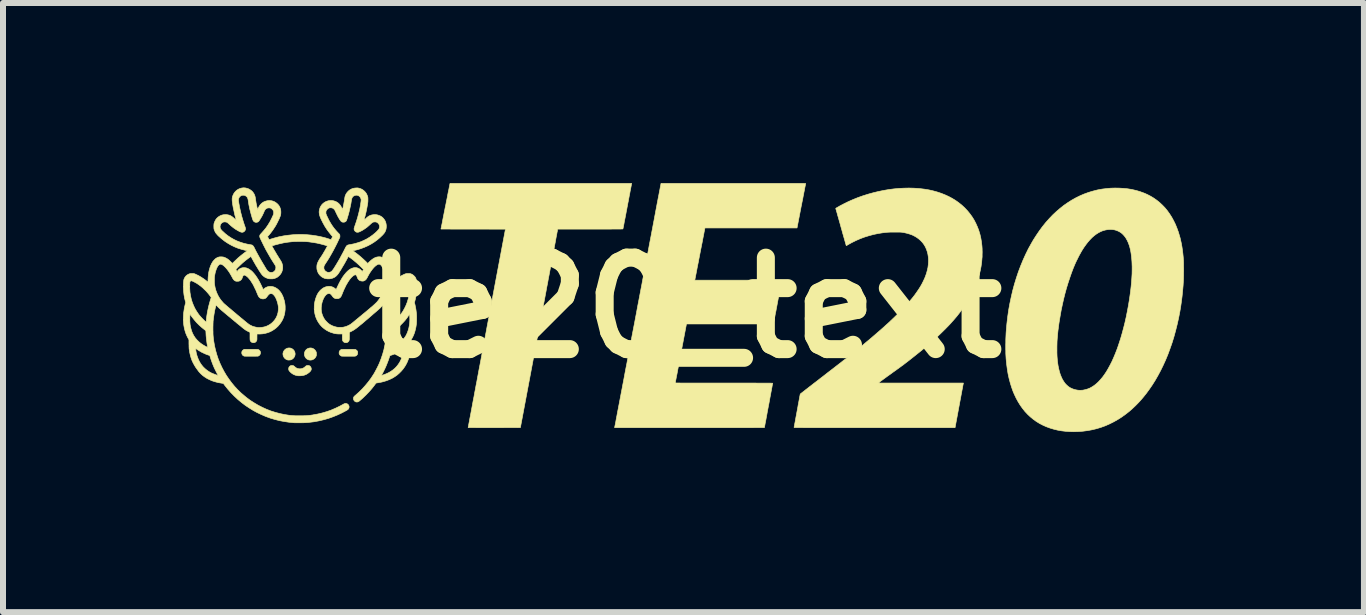
<source format=kicad_pcb>
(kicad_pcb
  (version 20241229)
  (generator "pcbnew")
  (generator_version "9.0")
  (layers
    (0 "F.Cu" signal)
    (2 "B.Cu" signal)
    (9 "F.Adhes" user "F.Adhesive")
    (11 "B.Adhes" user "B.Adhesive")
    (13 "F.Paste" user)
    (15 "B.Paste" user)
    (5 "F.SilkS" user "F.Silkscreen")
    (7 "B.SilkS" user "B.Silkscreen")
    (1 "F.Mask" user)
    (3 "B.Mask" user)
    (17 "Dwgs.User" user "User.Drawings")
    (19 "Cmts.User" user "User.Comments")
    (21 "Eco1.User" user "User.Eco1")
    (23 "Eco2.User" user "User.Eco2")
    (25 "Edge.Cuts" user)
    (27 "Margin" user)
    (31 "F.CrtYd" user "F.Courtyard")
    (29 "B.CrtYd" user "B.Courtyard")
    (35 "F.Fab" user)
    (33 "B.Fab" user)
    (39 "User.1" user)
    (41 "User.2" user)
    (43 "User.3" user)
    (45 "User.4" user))
  (footprint "te20_text"
    (layer "F.Cu")
    (at 8.367 2.077)
    (property "Reference" "te20_text" (at 0 0 0) (layer "F.SilkS") (effects (font (size 1.524 1.524) (thickness 0.3))))
    (attr through_hole)
    (fp_poly (pts (xy -6.578 0.672) (xy -6.56 0.679) (xy -6.543 0.688) (xy -6.529 0.7) (xy -6.517 0.715) (xy -6.508 0.732) (xy -6.504 0.744) (xy -6.5 0.765) (xy -6.501 0.785) (xy -6.506 0.804) (xy -6.514 0.821) (xy -6.525 0.837) (xy -6.54 0.851) (xy -6.558 0.863) (xy -6.562 0.864) (xy -6.568 0.867) (xy -6.575 0.869) (xy -6.581 0.87) (xy -6.59 0.871) (xy -6.598 0.871) (xy -6.609 0.872) (xy -6.618 0.871) (xy -6.626 0.87) (xy -6.632 0.868) (xy -6.65 0.86) (xy -6.666 0.849) (xy -6.68 0.835) (xy -6.69 0.819) (xy -6.698 0.801) (xy -6.702 0.783) (xy -6.703 0.764) (xy -6.702 0.757) (xy -6.697 0.738) (xy -6.688 0.72) (xy -6.676 0.704) (xy -6.661 0.69) (xy -6.644 0.68) (xy -6.625 0.673) (xy -6.616 0.671) (xy -6.597 0.67) (xy -6.578 0.672)) (stroke (width 0.01) (type solid)) (fill yes) (layer "F.SilkS"))
    (fp_poly (pts (xy -6.231 0.671) (xy -6.23 0.671) (xy -6.209 0.676) (xy -6.191 0.686) (xy -6.175 0.698) (xy -6.162 0.714) (xy -6.154 0.727) (xy -6.15 0.735) (xy -6.148 0.741) (xy -6.146 0.747) (xy -6.146 0.754) (xy -6.145 0.764) (xy -6.145 0.766) (xy -6.145 0.783) (xy -6.147 0.798) (xy -6.152 0.811) (xy -6.159 0.823) (xy -6.16 0.826) (xy -6.173 0.842) (xy -6.188 0.854) (xy -6.204 0.863) (xy -6.212 0.867) (xy -6.218 0.869) (xy -6.224 0.87) (xy -6.232 0.871) (xy -6.242 0.872) (xy -6.242 0.872) (xy -6.253 0.872) (xy -6.262 0.871) (xy -6.269 0.87) (xy -6.276 0.868) (xy -6.277 0.868) (xy -6.296 0.859) (xy -6.313 0.847) (xy -6.326 0.832) (xy -6.336 0.815) (xy -6.343 0.797) (xy -6.346 0.776) (xy -6.346 0.77) (xy -6.344 0.75) (xy -6.338 0.732) (xy -6.329 0.715) (xy -6.317 0.7) (xy -6.303 0.688) (xy -6.287 0.679) (xy -6.269 0.673) (xy -6.25 0.67) (xy -6.231 0.671)) (stroke (width 0.01) (type solid)) (fill yes) (layer "F.SilkS"))
    (fp_poly (pts (xy -7.209 0.693) (xy -7.188 0.693) (xy -7.17 0.693) (xy -7.156 0.693) (xy -7.144 0.694) (xy -7.135 0.694) (xy -7.128 0.694) (xy -7.123 0.694) (xy -7.119 0.695) (xy -7.116 0.696) (xy -7.114 0.696) (xy -7.112 0.697) (xy -7.111 0.698) (xy -7.099 0.705) (xy -7.09 0.714) (xy -7.083 0.724) (xy -7.08 0.731) (xy -7.078 0.738) (xy -7.077 0.746) (xy -7.077 0.75) (xy -7.079 0.766) (xy -7.085 0.78) (xy -7.094 0.792) (xy -7.107 0.802) (xy -7.109 0.803) (xy -7.111 0.804) (xy -7.113 0.805) (xy -7.115 0.805) (xy -7.119 0.806) (xy -7.123 0.807) (xy -7.129 0.807) (xy -7.137 0.807) (xy -7.147 0.807) (xy -7.16 0.808) (xy -7.176 0.808) (xy -7.195 0.808) (xy -7.218 0.808) (xy -7.229 0.808) (xy -7.255 0.808) (xy -7.277 0.808) (xy -7.295 0.808) (xy -7.31 0.808) (xy -7.322 0.808) (xy -7.332 0.807) (xy -7.339 0.807) (xy -7.345 0.807) (xy -7.349 0.806) (xy -7.351 0.805) (xy -7.364 0.799) (xy -7.375 0.79) (xy -7.383 0.778) (xy -7.388 0.765) (xy -7.389 0.753) (xy -7.389 0.744) (xy -7.388 0.736) (xy -7.387 0.732) (xy -7.382 0.721) (xy -7.374 0.711) (xy -7.364 0.702) (xy -7.36 0.7) (xy -7.348 0.693) (xy -7.234 0.693) (xy -7.209 0.693)) (stroke (width 0.01) (type solid)) (fill yes) (layer "F.SilkS"))
    (fp_poly (pts (xy -6.542 0.963) (xy -6.533 0.964) (xy -6.526 0.967) (xy -6.518 0.973) (xy -6.508 0.981) (xy -6.504 0.985) (xy -6.487 0.999) (xy -6.468 1.009) (xy -6.447 1.015) (xy -6.425 1.018) (xy -6.42 1.018) (xy -6.397 1.016) (xy -6.376 1.01) (xy -6.357 1.001) (xy -6.338 0.987) (xy -6.335 0.984) (xy -6.325 0.975) (xy -6.317 0.969) (xy -6.309 0.965) (xy -6.301 0.963) (xy -6.291 0.962) (xy -6.288 0.962) (xy -6.274 0.963) (xy -6.263 0.966) (xy -6.254 0.972) (xy -6.247 0.978) (xy -6.239 0.99) (xy -6.233 1.003) (xy -6.231 1.017) (xy -6.232 1.032) (xy -6.236 1.043) (xy -6.242 1.053) (xy -6.252 1.064) (xy -6.264 1.076) (xy -6.278 1.087) (xy -6.293 1.097) (xy -6.308 1.107) (xy -6.323 1.114) (xy -6.326 1.115) (xy -6.346 1.123) (xy -6.366 1.128) (xy -6.386 1.132) (xy -6.409 1.133) (xy -6.415 1.134) (xy -6.427 1.134) (xy -6.439 1.134) (xy -6.45 1.133) (xy -6.457 1.133) (xy -6.459 1.132) (xy -6.489 1.126) (xy -6.517 1.116) (xy -6.543 1.102) (xy -6.566 1.085) (xy -6.583 1.069) (xy -6.593 1.058) (xy -6.6 1.048) (xy -6.605 1.04) (xy -6.607 1.031) (xy -6.608 1.022) (xy -6.608 1.02) (xy -6.607 1.007) (xy -6.604 0.995) (xy -6.599 0.986) (xy -6.595 0.981) (xy -6.586 0.972) (xy -6.576 0.966) (xy -6.566 0.963) (xy -6.552 0.962) (xy -6.552 0.962) (xy -6.542 0.963)) (stroke (width 0.01) (type solid)) (fill yes) (layer "F.SilkS"))
    (fp_poly (pts (xy -5.588 0.693) (xy -5.567 0.693) (xy -5.55 0.693) (xy -5.535 0.693) (xy -5.524 0.694) (xy -5.515 0.694) (xy -5.508 0.694) (xy -5.503 0.694) (xy -5.499 0.695) (xy -5.496 0.696) (xy -5.493 0.696) (xy -5.491 0.697) (xy -5.491 0.698) (xy -5.478 0.706) (xy -5.467 0.717) (xy -5.463 0.725) (xy -5.46 0.731) (xy -5.458 0.737) (xy -5.458 0.746) (xy -5.458 0.75) (xy -5.459 0.764) (xy -5.461 0.774) (xy -5.467 0.784) (xy -5.475 0.793) (xy -5.478 0.796) (xy -5.481 0.799) (xy -5.485 0.801) (xy -5.489 0.803) (xy -5.493 0.805) (xy -5.499 0.806) (xy -5.507 0.807) (xy -5.516 0.808) (xy -5.528 0.808) (xy -5.543 0.808) (xy -5.561 0.808) (xy -5.582 0.808) (xy -5.607 0.808) (xy -5.612 0.808) (xy -5.633 0.808) (xy -5.653 0.808) (xy -5.672 0.808) (xy -5.689 0.808) (xy -5.703 0.807) (xy -5.714 0.807) (xy -5.722 0.807) (xy -5.726 0.806) (xy -5.727 0.806) (xy -5.738 0.801) (xy -5.749 0.793) (xy -5.758 0.783) (xy -5.76 0.779) (xy -5.764 0.772) (xy -5.766 0.767) (xy -5.767 0.76) (xy -5.767 0.751) (xy -5.767 0.75) (xy -5.766 0.74) (xy -5.765 0.733) (xy -5.763 0.727) (xy -5.762 0.725) (xy -5.753 0.712) (xy -5.742 0.702) (xy -5.734 0.698) (xy -5.732 0.697) (xy -5.73 0.696) (xy -5.727 0.695) (xy -5.723 0.695) (xy -5.718 0.694) (xy -5.712 0.694) (xy -5.703 0.694) (xy -5.693 0.693) (xy -5.679 0.693) (xy -5.663 0.693) (xy -5.643 0.693) (xy -5.619 0.693) (xy -5.612 0.693) (xy -5.588 0.693)) (stroke (width 0.01) (type solid)) (fill yes) (layer "F.SilkS"))
    (fp_poly (pts (xy -2.327 -2.072) (xy -2.248 -2.072) (xy -2.17 -2.072) (xy -2.094 -2.072) (xy -2.019 -2.072) (xy -1.945 -2.072) (xy -1.873 -2.072) (xy -1.803 -2.072) (xy -1.734 -2.072) (xy -1.668 -2.072) (xy -1.603 -2.072) (xy -1.54 -2.072) (xy -1.48 -2.072) (xy -1.422 -2.072) (xy -1.366 -2.072) (xy -1.313 -2.072) (xy -1.263 -2.072) (xy -1.215 -2.072) (xy -1.17 -2.072) (xy -1.129 -2.072) (xy -1.09 -2.072) (xy -1.054 -2.072) (xy -1.022 -2.072) (xy -0.993 -2.072) (xy -0.967 -2.072) (xy -0.945 -2.072) (xy -0.927 -2.072) (xy -0.913 -2.071) (xy -0.902 -2.071) (xy -0.896 -2.071) (xy -0.893 -2.071) (xy -0.893 -2.071) (xy -0.894 -2.069) (xy -0.895 -2.063) (xy -0.897 -2.053) (xy -0.899 -2.04) (xy -0.902 -2.024) (xy -0.906 -2.004) (xy -0.91 -1.982) (xy -0.915 -1.958) (xy -0.92 -1.932) (xy -0.925 -1.903) (xy -0.931 -1.874) (xy -0.937 -1.842) (xy -0.943 -1.81) (xy -0.949 -1.776) (xy -0.956 -1.743) (xy -0.962 -1.708) (xy -0.969 -1.674) (xy -0.975 -1.639) (xy -0.982 -1.606) (xy -0.988 -1.572) (xy -0.994 -1.54) (xy -1 -1.509) (xy -1.006 -1.479) (xy -1.012 -1.451) (xy -1.017 -1.424) (xy -1.021 -1.4) (xy -1.025 -1.379) (xy -1.029 -1.359) (xy -1.032 -1.343) (xy -1.035 -1.33) (xy -1.037 -1.321) (xy -1.038 -1.315) (xy -1.038 -1.313) (xy -1.039 -1.313) (xy -1.041 -1.312) (xy -1.046 -1.312) (xy -1.052 -1.312) (xy -1.06 -1.312) (xy -1.07 -1.311) (xy -1.082 -1.311) (xy -1.096 -1.311) (xy -1.114 -1.311) (xy -1.133 -1.311) (xy -1.156 -1.311) (xy -1.181 -1.311) (xy -1.21 -1.311) (xy -1.241 -1.31) (xy -1.276 -1.31) (xy -1.314 -1.31) (xy -1.356 -1.31) (xy -1.401 -1.31) (xy -1.451 -1.31) (xy -1.504 -1.31) (xy -1.561 -1.31) (xy -1.582 -1.31) (xy -1.63 -1.31) (xy -1.676 -1.31) (xy -1.722 -1.31) (xy -1.765 -1.31) (xy -1.807 -1.31) (xy -1.848 -1.31) (xy -1.886 -1.31) (xy -1.922 -1.31) (xy -1.956 -1.31) (xy -1.987 -1.31) (xy -2.016 -1.31) (xy -2.041 -1.31) (xy -2.064 -1.31) (xy -2.083 -1.31) (xy -2.099 -1.31) (xy -2.111 -1.31) (xy -2.12 -1.31) (xy -2.124 -1.31) (xy -2.125 -1.31) (xy -2.126 -1.308) (xy -2.127 -1.301) (xy -2.129 -1.291) (xy -2.131 -1.277) (xy -2.135 -1.26) (xy -2.139 -1.238) (xy -2.143 -1.213) (xy -2.149 -1.185) (xy -2.155 -1.153) (xy -2.161 -1.118) (xy -2.168 -1.08) (xy -2.176 -1.038) (xy -2.184 -0.994) (xy -2.193 -0.947) (xy -2.203 -0.897) (xy -2.213 -0.844) (xy -2.223 -0.789) (xy -2.234 -0.731) (xy -2.245 -0.671) (xy -2.257 -0.609) (xy -2.269 -0.544) (xy -2.282 -0.478) (xy -2.294 -0.409) (xy -2.308 -0.339) (xy -2.321 -0.266) (xy -2.335 -0.192) (xy -2.349 -0.117) (xy -2.364 -0.04) (xy -2.379 0.039) (xy -2.394 0.119) (xy -2.409 0.2) (xy -2.424 0.282) (xy -2.436 0.344) (xy -2.747 1.997) (xy -3.182 1.998) (xy -3.225 1.998) (xy -3.266 1.998) (xy -3.306 1.998) (xy -3.345 1.998) (xy -3.382 1.998) (xy -3.417 1.998) (xy -3.449 1.998) (xy -3.48 1.998) (xy -3.508 1.997) (xy -3.533 1.997) (xy -3.555 1.997) (xy -3.575 1.997) (xy -3.591 1.997) (xy -3.603 1.997) (xy -3.612 1.997) (xy -3.616 1.997) (xy -3.617 1.997) (xy -3.617 1.994) (xy -3.616 1.988) (xy -3.614 1.978) (xy -3.611 1.964) (xy -3.608 1.946) (xy -3.604 1.925) (xy -3.599 1.9) (xy -3.594 1.871) (xy -3.588 1.839) (xy -3.581 1.804) (xy -3.574 1.766) (xy -3.566 1.725) (xy -3.558 1.68) (xy -3.549 1.633) (xy -3.54 1.583) (xy -3.53 1.53) (xy -3.519 1.475) (xy -3.509 1.417) (xy -3.497 1.357) (xy -3.486 1.295) (xy -3.473 1.23) (xy -3.461 1.164) (xy -3.448 1.095) (xy -3.435 1.024) (xy -3.421 0.952) (xy -3.407 0.878) (xy -3.393 0.803) (xy -3.379 0.725) (xy -3.364 0.647) (xy -3.349 0.567) (xy -3.334 0.486) (xy -3.318 0.404) (xy -3.307 0.343) (xy -2.996 -1.309) (xy -3.533 -1.31) (xy -3.581 -1.31) (xy -3.627 -1.31) (xy -3.672 -1.31) (xy -3.715 -1.31) (xy -3.757 -1.31) (xy -3.797 -1.31) (xy -3.835 -1.31) (xy -3.871 -1.31) (xy -3.904 -1.31) (xy -3.935 -1.311) (xy -3.964 -1.311) (xy -3.989 -1.311) (xy -4.011 -1.311) (xy -4.03 -1.311) (xy -4.046 -1.311) (xy -4.057 -1.311) (xy -4.066 -1.311) (xy -4.07 -1.311) (xy -4.07 -1.311) (xy -4.07 -1.314) (xy -4.069 -1.32) (xy -4.067 -1.33) (xy -4.064 -1.343) (xy -4.061 -1.36) (xy -4.057 -1.379) (xy -4.052 -1.402) (xy -4.047 -1.428) (xy -4.042 -1.456) (xy -4.036 -1.486) (xy -4.03 -1.518) (xy -4.023 -1.552) (xy -4.016 -1.588) (xy -4.008 -1.626) (xy -4.001 -1.664) (xy -3.995 -1.691) (xy -3.987 -1.73) (xy -3.98 -1.769) (xy -3.972 -1.806) (xy -3.965 -1.841) (xy -3.959 -1.875) (xy -3.953 -1.906) (xy -3.947 -1.936) (xy -3.941 -1.963) (xy -3.936 -1.988) (xy -3.932 -2.009) (xy -3.928 -2.028) (xy -3.925 -2.044) (xy -3.923 -2.056) (xy -3.921 -2.065) (xy -3.92 -2.07) (xy -3.92 -2.071) (xy -3.918 -2.071) (xy -3.912 -2.071) (xy -3.901 -2.071) (xy -3.887 -2.071) (xy -3.869 -2.071) (xy -3.848 -2.071) (xy -3.822 -2.071) (xy -3.794 -2.071) (xy -3.761 -2.071) (xy -3.726 -2.072) (xy -3.687 -2.072) (xy -3.646 -2.072) (xy -3.601 -2.072) (xy -3.554 -2.072) (xy -3.503 -2.072) (xy -3.451 -2.072) (xy -3.395 -2.072) (xy -3.337 -2.072) (xy -3.277 -2.072) (xy -3.215 -2.072) (xy -3.15 -2.072) (xy -3.084 -2.072) (xy -3.015 -2.072) (xy -2.945 -2.072) (xy -2.873 -2.072) (xy -2.8 -2.072) (xy -2.725 -2.072) (xy -2.648 -2.072) (xy -2.571 -2.072) (xy -2.492 -2.072) (xy -2.412 -2.072) (xy -2.407 -2.072) (xy -2.327 -2.072)) (stroke (width 0.01) (type solid)) (fill yes) (layer "F.SilkS"))
    (fp_poly (pts (xy 7.227 -1.993) (xy 7.295 -1.989) (xy 7.361 -1.983) (xy 7.425 -1.973) (xy 7.45 -1.968) (xy 7.515 -1.953) (xy 7.578 -1.934) (xy 7.639 -1.912) (xy 7.697 -1.887) (xy 7.753 -1.858) (xy 7.806 -1.826) (xy 7.857 -1.79) (xy 7.905 -1.751) (xy 7.95 -1.709) (xy 7.993 -1.664) (xy 8.033 -1.615) (xy 8.07 -1.563) (xy 8.105 -1.508) (xy 8.137 -1.449) (xy 8.167 -1.388) (xy 8.193 -1.323) (xy 8.216 -1.26) (xy 8.23 -1.212) (xy 8.244 -1.165) (xy 8.255 -1.117) (xy 8.266 -1.067) (xy 8.275 -1.016) (xy 8.283 -0.962) (xy 8.29 -0.906) (xy 8.296 -0.846) (xy 8.3 -0.797) (xy 8.301 -0.786) (xy 8.301 -0.771) (xy 8.302 -0.753) (xy 8.302 -0.733) (xy 8.302 -0.71) (xy 8.302 -0.686) (xy 8.303 -0.66) (xy 8.303 -0.634) (xy 8.303 -0.607) (xy 8.302 -0.581) (xy 8.302 -0.556) (xy 8.302 -0.532) (xy 8.301 -0.509) (xy 8.301 -0.49) (xy 8.3 -0.473) (xy 8.3 -0.46) (xy 8.294 -0.366) (xy 8.286 -0.276) (xy 8.277 -0.188) (xy 8.266 -0.102) (xy 8.254 -0.018) (xy 8.24 0.066) (xy 8.219 0.174) (xy 8.195 0.28) (xy 8.169 0.384) (xy 8.141 0.486) (xy 8.11 0.586) (xy 8.076 0.683) (xy 8.041 0.778) (xy 8.003 0.87) (xy 7.962 0.96) (xy 7.92 1.046) (xy 7.875 1.13) (xy 7.829 1.21) (xy 7.78 1.288) (xy 7.729 1.362) (xy 7.677 1.433) (xy 7.622 1.501) (xy 7.566 1.565) (xy 7.508 1.625) (xy 7.448 1.682) (xy 7.398 1.726) (xy 7.334 1.776) (xy 7.27 1.822) (xy 7.204 1.864) (xy 7.136 1.902) (xy 7.068 1.936) (xy 6.998 1.967) (xy 6.926 1.993) (xy 6.854 2.015) (xy 6.779 2.033) (xy 6.704 2.047) (xy 6.627 2.057) (xy 6.604 2.059) (xy 6.593 2.06) (xy 6.579 2.061) (xy 6.564 2.062) (xy 6.547 2.063) (xy 6.529 2.064) (xy 6.512 2.064) (xy 6.496 2.065) (xy 6.482 2.065) (xy 6.471 2.066) (xy 6.465 2.065) (xy 6.458 2.065) (xy 6.448 2.065) (xy 6.436 2.065) (xy 6.422 2.064) (xy 6.41 2.064) (xy 6.338 2.059) (xy 6.269 2.051) (xy 6.202 2.039) (xy 6.137 2.023) (xy 6.074 2.004) (xy 6.014 1.982) (xy 5.956 1.956) (xy 5.9 1.927) (xy 5.847 1.894) (xy 5.797 1.858) (xy 5.749 1.818) (xy 5.703 1.775) (xy 5.66 1.729) (xy 5.62 1.679) (xy 5.582 1.626) (xy 5.547 1.57) (xy 5.514 1.51) (xy 5.484 1.447) (xy 5.462 1.396) (xy 5.437 1.326) (xy 5.415 1.255) (xy 5.395 1.18) (xy 5.378 1.103) (xy 5.365 1.023) (xy 5.354 0.94) (xy 5.349 0.892) (xy 5.347 0.87) (xy 5.345 0.849) (xy 5.344 0.83) (xy 5.343 0.813) (xy 5.342 0.795) (xy 5.341 0.778) (xy 5.34 0.76) (xy 5.34 0.74) (xy 5.34 0.718) (xy 5.339 0.694) (xy 5.339 0.692) (xy 6.192 0.692) (xy 6.192 0.718) (xy 6.192 0.752) (xy 6.193 0.782) (xy 6.194 0.81) (xy 6.196 0.836) (xy 6.198 0.86) (xy 6.2 0.884) (xy 6.203 0.907) (xy 6.206 0.931) (xy 6.21 0.956) (xy 6.211 0.964) (xy 6.222 1.017) (xy 6.234 1.066) (xy 6.248 1.111) (xy 6.265 1.153) (xy 6.283 1.192) (xy 6.304 1.226) (xy 6.326 1.258) (xy 6.351 1.285) (xy 6.378 1.309) (xy 6.384 1.314) (xy 6.411 1.332) (xy 6.442 1.347) (xy 6.474 1.359) (xy 6.508 1.368) (xy 6.543 1.374) (xy 6.579 1.376) (xy 6.615 1.374) (xy 6.626 1.373) (xy 6.664 1.365) (xy 6.702 1.354) (xy 6.74 1.339) (xy 6.776 1.319) (xy 6.813 1.295) (xy 6.848 1.267) (xy 6.883 1.235) (xy 6.917 1.198) (xy 6.951 1.158) (xy 6.984 1.113) (xy 7.016 1.065) (xy 7.047 1.012) (xy 7.078 0.955) (xy 7.109 0.894) (xy 7.138 0.829) (xy 7.167 0.76) (xy 7.17 0.752) (xy 7.199 0.677) (xy 7.226 0.597) (xy 7.253 0.514) (xy 7.278 0.428) (xy 7.302 0.339) (xy 7.325 0.248) (xy 7.346 0.155) (xy 7.365 0.06) (xy 7.383 -0.036) (xy 7.399 -0.133) (xy 7.413 -0.231) (xy 7.419 -0.276) (xy 7.428 -0.354) (xy 7.435 -0.429) (xy 7.44 -0.5) (xy 7.444 -0.566) (xy 7.445 -0.63) (xy 7.445 -0.689) (xy 7.444 -0.711) (xy 7.442 -0.766) (xy 7.438 -0.817) (xy 7.433 -0.865) (xy 7.427 -0.909) (xy 7.42 -0.951) (xy 7.411 -0.99) (xy 7.401 -1.027) (xy 7.389 -1.061) (xy 7.376 -1.094) (xy 7.361 -1.126) (xy 7.359 -1.128) (xy 7.344 -1.156) (xy 7.327 -1.181) (xy 7.309 -1.203) (xy 7.296 -1.217) (xy 7.28 -1.233) (xy 7.264 -1.246) (xy 7.248 -1.257) (xy 7.231 -1.267) (xy 7.224 -1.271) (xy 7.199 -1.282) (xy 7.175 -1.291) (xy 7.149 -1.298) (xy 7.122 -1.302) (xy 7.093 -1.304) (xy 7.077 -1.304) (xy 7.038 -1.302) (xy 7 -1.295) (xy 6.962 -1.285) (xy 6.924 -1.27) (xy 6.887 -1.251) (xy 6.85 -1.228) (xy 6.814 -1.201) (xy 6.778 -1.17) (xy 6.743 -1.134) (xy 6.708 -1.094) (xy 6.674 -1.05) (xy 6.64 -1.002) (xy 6.607 -0.95) (xy 6.595 -0.929) (xy 6.587 -0.915) (xy 6.578 -0.898) (xy 6.567 -0.879) (xy 6.556 -0.858) (xy 6.545 -0.836) (xy 6.534 -0.813) (xy 6.523 -0.792) (xy 6.513 -0.771) (xy 6.504 -0.752) (xy 6.497 -0.737) (xy 6.465 -0.661) (xy 6.435 -0.582) (xy 6.406 -0.499) (xy 6.378 -0.414) (xy 6.351 -0.326) (xy 6.326 -0.235) (xy 6.303 -0.143) (xy 6.282 -0.049) (xy 6.262 0.046) (xy 6.245 0.143) (xy 6.229 0.239) (xy 6.224 0.273) (xy 6.217 0.328) (xy 6.21 0.379) (xy 6.205 0.427) (xy 6.201 0.473) (xy 6.197 0.518) (xy 6.194 0.561) (xy 6.193 0.604) (xy 6.192 0.648) (xy 6.192 0.692) (xy 5.339 0.692) (xy 5.339 0.667) (xy 5.339 0.643) (xy 5.339 0.611) (xy 5.34 0.582) (xy 5.34 0.556) (xy 5.34 0.532) (xy 5.341 0.509) (xy 5.342 0.487) (xy 5.343 0.466) (xy 5.344 0.443) (xy 5.345 0.42) (xy 5.347 0.394) (xy 5.348 0.382) (xy 5.358 0.268) (xy 5.371 0.155) (xy 5.387 0.043) (xy 5.407 -0.068) (xy 5.43 -0.177) (xy 5.455 -0.285) (xy 5.484 -0.392) (xy 5.516 -0.496) (xy 5.55 -0.598) (xy 5.588 -0.698) (xy 5.628 -0.795) (xy 5.671 -0.89) (xy 5.716 -0.982) (xy 5.765 -1.07) (xy 5.799 -1.129) (xy 5.849 -1.207) (xy 5.9 -1.282) (xy 5.953 -1.354) (xy 6.008 -1.422) (xy 6.065 -1.486) (xy 6.123 -1.547) (xy 6.183 -1.603) (xy 6.245 -1.656) (xy 6.308 -1.706) (xy 6.373 -1.751) (xy 6.439 -1.793) (xy 6.507 -1.831) (xy 6.576 -1.865) (xy 6.646 -1.895) (xy 6.718 -1.921) (xy 6.791 -1.943) (xy 6.865 -1.962) (xy 6.941 -1.976) (xy 6.955 -1.978) (xy 7.022 -1.986) (xy 7.09 -1.992) (xy 7.159 -1.994) (xy 7.227 -1.993)) (stroke (width 0.01) (type solid)) (fill yes) (layer "F.SilkS"))
    (fp_poly (pts (xy 0.887 -2.072) (xy 0.968 -2.072) (xy 1.046 -2.072) (xy 1.119 -2.072) (xy 1.189 -2.072) (xy 1.255 -2.072) (xy 1.317 -2.072) (xy 1.376 -2.072) (xy 1.431 -2.072) (xy 1.483 -2.072) (xy 1.532 -2.072) (xy 1.577 -2.072) (xy 1.62 -2.072) (xy 1.66 -2.072) (xy 1.697 -2.072) (xy 1.731 -2.072) (xy 1.763 -2.072) (xy 1.792 -2.072) (xy 1.818 -2.072) (xy 1.843 -2.072) (xy 1.865 -2.072) (xy 1.885 -2.071) (xy 1.903 -2.071) (xy 1.92 -2.071) (xy 1.934 -2.071) (xy 1.947 -2.071) (xy 1.958 -2.071) (xy 1.968 -2.071) (xy 1.976 -2.071) (xy 1.983 -2.07) (xy 1.989 -2.07) (xy 1.994 -2.07) (xy 1.998 -2.07) (xy 2.001 -2.07) (xy 2.003 -2.07) (xy 2.005 -2.069) (xy 2.005 -2.069) (xy 2.006 -2.069) (xy 2.006 -2.069) (xy 2.006 -2.069) (xy 2.006 -2.066) (xy 2.004 -2.06) (xy 2.002 -2.05) (xy 2 -2.036) (xy 1.996 -2.019) (xy 1.992 -1.999) (xy 1.988 -1.976) (xy 1.983 -1.95) (xy 1.977 -1.922) (xy 1.972 -1.892) (xy 1.965 -1.86) (xy 1.959 -1.826) (xy 1.952 -1.79) (xy 1.944 -1.753) (xy 1.937 -1.714) (xy 1.933 -1.697) (xy 1.862 -1.329) (xy 0.328 -1.329) (xy 0.327 -1.325) (xy 0.327 -1.322) (xy 0.325 -1.316) (xy 0.323 -1.305) (xy 0.321 -1.291) (xy 0.317 -1.274) (xy 0.313 -1.254) (xy 0.309 -1.231) (xy 0.304 -1.205) (xy 0.298 -1.176) (xy 0.292 -1.145) (xy 0.286 -1.112) (xy 0.279 -1.076) (xy 0.271 -1.039) (xy 0.264 -1.001) (xy 0.256 -0.961) (xy 0.248 -0.92) (xy 0.243 -0.894) (xy 0.235 -0.852) (xy 0.227 -0.812) (xy 0.22 -0.772) (xy 0.212 -0.734) (xy 0.205 -0.698) (xy 0.198 -0.664) (xy 0.192 -0.631) (xy 0.186 -0.601) (xy 0.181 -0.573) (xy 0.176 -0.548) (xy 0.172 -0.526) (xy 0.168 -0.507) (xy 0.165 -0.491) (xy 0.162 -0.479) (xy 0.161 -0.47) (xy 0.16 -0.465) (xy 0.159 -0.464) (xy 0.158 -0.459) (xy 0.883 -0.459) (xy 1.608 -0.458) (xy 1.538 -0.094) (xy 1.531 -0.056) (xy 1.524 -0.018) (xy 1.517 0.018) (xy 1.511 0.053) (xy 1.504 0.085) (xy 1.498 0.116) (xy 1.493 0.145) (xy 1.488 0.171) (xy 1.483 0.195) (xy 1.48 0.216) (xy 1.476 0.233) (xy 1.473 0.248) (xy 1.471 0.259) (xy 1.47 0.267) (xy 1.469 0.27) (xy 1.469 0.27) (xy 1.467 0.27) (xy 1.461 0.27) (xy 1.451 0.271) (xy 1.437 0.271) (xy 1.419 0.271) (xy 1.398 0.271) (xy 1.374 0.271) (xy 1.347 0.271) (xy 1.316 0.271) (xy 1.283 0.271) (xy 1.247 0.271) (xy 1.208 0.271) (xy 1.167 0.271) (xy 1.124 0.271) (xy 1.079 0.271) (xy 1.032 0.271) (xy 0.983 0.271) (xy 0.932 0.271) (xy 0.88 0.271) (xy 0.827 0.271) (xy 0.772 0.271) (xy 0.02 0.271) (xy -0.073 0.759) (xy -0.081 0.804) (xy -0.09 0.848) (xy -0.098 0.89) (xy -0.106 0.931) (xy -0.113 0.971) (xy -0.12 1.008) (xy -0.127 1.044) (xy -0.133 1.077) (xy -0.139 1.109) (xy -0.145 1.137) (xy -0.15 1.163) (xy -0.154 1.186) (xy -0.158 1.205) (xy -0.161 1.222) (xy -0.164 1.235) (xy -0.165 1.244) (xy -0.166 1.25) (xy -0.167 1.251) (xy -0.167 1.252) (xy -0.166 1.252) (xy -0.165 1.252) (xy -0.164 1.253) (xy -0.162 1.253) (xy -0.159 1.253) (xy -0.155 1.253) (xy -0.149 1.254) (xy -0.143 1.254) (xy -0.135 1.254) (xy -0.126 1.254) (xy -0.115 1.254) (xy -0.103 1.254) (xy -0.088 1.254) (xy -0.072 1.255) (xy -0.053 1.255) (xy -0.033 1.255) (xy -0.01 1.255) (xy 0.016 1.255) (xy 0.044 1.255) (xy 0.075 1.255) (xy 0.108 1.255) (xy 0.145 1.255) (xy 0.185 1.255) (xy 0.228 1.255) (xy 0.274 1.255) (xy 0.324 1.255) (xy 0.377 1.255) (xy 0.434 1.255) (xy 0.495 1.255) (xy 0.559 1.255) (xy 0.628 1.255) (xy 0.644 1.255) (xy 0.719 1.255) (xy 0.789 1.255) (xy 0.855 1.255) (xy 0.917 1.255) (xy 0.976 1.255) (xy 1.03 1.255) (xy 1.081 1.255) (xy 1.128 1.255) (xy 1.172 1.255) (xy 1.212 1.256) (xy 1.249 1.256) (xy 1.282 1.256) (xy 1.312 1.256) (xy 1.339 1.256) (xy 1.363 1.256) (xy 1.384 1.256) (xy 1.403 1.256) (xy 1.418 1.256) (xy 1.431 1.257) (xy 1.441 1.257) (xy 1.448 1.257) (xy 1.453 1.257) (xy 1.456 1.257) (xy 1.456 1.258) (xy 1.456 1.26) (xy 1.455 1.266) (xy 1.453 1.276) (xy 1.45 1.29) (xy 1.447 1.306) (xy 1.444 1.326) (xy 1.439 1.349) (xy 1.435 1.375) (xy 1.429 1.403) (xy 1.424 1.433) (xy 1.418 1.465) (xy 1.411 1.499) (xy 1.405 1.535) (xy 1.398 1.572) (xy 1.391 1.611) (xy 1.387 1.628) (xy 1.38 1.667) (xy 1.373 1.704) (xy 1.366 1.741) (xy 1.36 1.775) (xy 1.354 1.808) (xy 1.348 1.84) (xy 1.343 1.868) (xy 1.338 1.895) (xy 1.333 1.919) (xy 1.329 1.94) (xy 1.326 1.958) (xy 1.323 1.973) (xy 1.321 1.985) (xy 1.319 1.992) (xy 1.319 1.996) (xy 1.319 1.997) (xy 1.317 1.997) (xy 1.31 1.997) (xy 1.3 1.997) (xy 1.286 1.997) (xy 1.268 1.997) (xy 1.247 1.997) (xy 1.222 1.997) (xy 1.193 1.997) (xy 1.161 1.997) (xy 1.126 1.998) (xy 1.088 1.998) (xy 1.047 1.998) (xy 1.004 1.998) (xy 0.957 1.998) (xy 0.908 1.998) (xy 0.856 1.998) (xy 0.803 1.998) (xy 0.746 1.998) (xy 0.688 1.998) (xy 0.628 1.998) (xy 0.565 1.998) (xy 0.501 1.998) (xy 0.436 1.998) (xy 0.368 1.998) (xy 0.3 1.998) (xy 0.23 1.998) (xy 0.158 1.998) (xy 0.086 1.998) (xy -1.177 1.998) (xy -1.176 1.993) (xy -1.176 1.991) (xy -1.175 1.985) (xy -1.173 1.974) (xy -1.17 1.96) (xy -1.166 1.942) (xy -1.162 1.92) (xy -1.157 1.895) (xy -1.152 1.866) (xy -1.146 1.834) (xy -1.139 1.798) (xy -1.132 1.759) (xy -1.124 1.717) (xy -1.115 1.672) (xy -1.106 1.624) (xy -1.096 1.573) (xy -1.086 1.519) (xy -1.075 1.462) (xy -1.064 1.403) (xy -1.052 1.341) (xy -1.04 1.277) (xy -1.027 1.21) (xy -1.014 1.141) (xy -1.001 1.07) (xy -0.987 0.997) (xy -0.972 0.921) (xy -0.958 0.844) (xy -0.943 0.765) (xy -0.927 0.684) (xy -0.912 0.602) (xy -0.896 0.518) (xy -0.88 0.433) (xy -0.863 0.346) (xy -0.846 0.258) (xy -0.829 0.168) (xy -0.812 0.078) (xy -0.795 -0.014) (xy -0.791 -0.036) (xy -0.773 -0.128) (xy -0.756 -0.218) (xy -0.739 -0.308) (xy -0.722 -0.396) (xy -0.706 -0.484) (xy -0.689 -0.569) (xy -0.673 -0.654) (xy -0.658 -0.737) (xy -0.642 -0.818) (xy -0.627 -0.897) (xy -0.612 -0.975) (xy -0.598 -1.051) (xy -0.584 -1.124) (xy -0.57 -1.196) (xy -0.557 -1.266) (xy -0.544 -1.333) (xy -0.532 -1.398) (xy -0.52 -1.46) (xy -0.509 -1.52) (xy -0.498 -1.577) (xy -0.488 -1.632) (xy -0.478 -1.684) (xy -0.469 -1.733) (xy -0.46 -1.779) (xy -0.452 -1.822) (xy -0.444 -1.862) (xy -0.437 -1.898) (xy -0.431 -1.931) (xy -0.425 -1.961) (xy -0.42 -1.987) (xy -0.416 -2.01) (xy -0.412 -2.029) (xy -0.409 -2.044) (xy -0.407 -2.056) (xy -0.406 -2.063) (xy -0.405 -2.066) (xy -0.405 -2.066) (xy -0.404 -2.072) (xy 0.802 -2.072) (xy 0.887 -2.072)) (stroke (width 0.01) (type solid)) (fill yes) (layer "F.SilkS"))
    (fp_poly (pts (xy 3.806 -1.992) (xy 3.885 -1.987) (xy 3.915 -1.984) (xy 3.989 -1.975) (xy 4.061 -1.963) (xy 4.131 -1.947) (xy 4.199 -1.928) (xy 4.265 -1.906) (xy 4.328 -1.881) (xy 4.389 -1.853) (xy 4.447 -1.822) (xy 4.503 -1.788) (xy 4.555 -1.751) (xy 4.605 -1.711) (xy 4.651 -1.669) (xy 4.658 -1.662) (xy 4.702 -1.615) (xy 4.742 -1.566) (xy 4.779 -1.515) (xy 4.812 -1.462) (xy 4.841 -1.406) (xy 4.867 -1.348) (xy 4.89 -1.288) (xy 4.909 -1.226) (xy 4.924 -1.161) (xy 4.935 -1.095) (xy 4.943 -1.027) (xy 4.944 -1.011) (xy 4.945 -0.997) (xy 4.946 -0.979) (xy 4.946 -0.959) (xy 4.947 -0.937) (xy 4.947 -0.915) (xy 4.946 -0.893) (xy 4.946 -0.872) (xy 4.946 -0.852) (xy 4.945 -0.836) (xy 4.944 -0.829) (xy 4.938 -0.757) (xy 4.928 -0.686) (xy 4.914 -0.615) (xy 4.897 -0.544) (xy 4.877 -0.475) (xy 4.852 -0.405) (xy 4.824 -0.336) (xy 4.793 -0.268) (xy 4.758 -0.199) (xy 4.719 -0.131) (xy 4.676 -0.062) (xy 4.629 0.006) (xy 4.578 0.074) (xy 4.524 0.143) (xy 4.465 0.212) (xy 4.403 0.281) (xy 4.336 0.35) (xy 4.265 0.42) (xy 4.199 0.483) (xy 4.167 0.512) (xy 4.134 0.542) (xy 4.1 0.572) (xy 4.066 0.602) (xy 4.03 0.633) (xy 3.992 0.665) (xy 3.953 0.697) (xy 3.912 0.731) (xy 3.868 0.766) (xy 3.822 0.803) (xy 3.774 0.841) (xy 3.722 0.882) (xy 3.667 0.924) (xy 3.639 0.946) (xy 3.635 0.949) (xy 3.628 0.955) (xy 3.617 0.962) (xy 3.604 0.971) (xy 3.589 0.983) (xy 3.571 0.995) (xy 3.552 1.01) (xy 3.53 1.025) (xy 3.508 1.042) (xy 3.483 1.059) (xy 3.458 1.077) (xy 3.432 1.096) (xy 3.424 1.102) (xy 3.393 1.124) (xy 3.366 1.143) (xy 3.342 1.161) (xy 3.321 1.176) (xy 3.302 1.19) (xy 3.286 1.202) (xy 3.272 1.212) (xy 3.261 1.22) (xy 3.251 1.227) (xy 3.244 1.233) (xy 3.238 1.238) (xy 3.233 1.242) (xy 3.23 1.245) (xy 3.228 1.247) (xy 3.227 1.248) (xy 3.226 1.249) (xy 3.226 1.255) (xy 4.634 1.255) (xy 4.633 1.26) (xy 4.632 1.263) (xy 4.631 1.269) (xy 4.629 1.279) (xy 4.626 1.293) (xy 4.623 1.31) (xy 4.62 1.33) (xy 4.615 1.353) (xy 4.61 1.379) (xy 4.605 1.407) (xy 4.599 1.438) (xy 4.593 1.47) (xy 4.587 1.504) (xy 4.58 1.54) (xy 4.573 1.577) (xy 4.566 1.616) (xy 4.563 1.631) (xy 4.495 1.998) (xy 3.153 1.998) (xy 3.063 1.998) (xy 2.977 1.998) (xy 2.895 1.998) (xy 2.816 1.998) (xy 2.742 1.998) (xy 2.671 1.998) (xy 2.604 1.998) (xy 2.541 1.998) (xy 2.481 1.998) (xy 2.425 1.998) (xy 2.371 1.998) (xy 2.321 1.998) (xy 2.274 1.998) (xy 2.23 1.998) (xy 2.189 1.998) (xy 2.15 1.998) (xy 2.115 1.998) (xy 2.082 1.998) (xy 2.051 1.998) (xy 2.023 1.998) (xy 1.997 1.998) (xy 1.973 1.998) (xy 1.951 1.997) (xy 1.932 1.997) (xy 1.914 1.997) (xy 1.898 1.997) (xy 1.884 1.997) (xy 1.872 1.997) (xy 1.861 1.997) (xy 1.851 1.997) (xy 1.843 1.997) (xy 1.836 1.996) (xy 1.83 1.996) (xy 1.825 1.996) (xy 1.821 1.996) (xy 1.818 1.996) (xy 1.816 1.995) (xy 1.814 1.995) (xy 1.813 1.995) (xy 1.813 1.995) (xy 1.813 1.995) (xy 1.813 1.994) (xy 1.813 1.992) (xy 1.814 1.986) (xy 1.816 1.975) (xy 1.819 1.962) (xy 1.822 1.945) (xy 1.825 1.926) (xy 1.83 1.903) (xy 1.834 1.879) (xy 1.839 1.852) (xy 1.844 1.823) (xy 1.85 1.792) (xy 1.856 1.76) (xy 1.862 1.727) (xy 1.864 1.717) (xy 1.87 1.683) (xy 1.876 1.651) (xy 1.881 1.62) (xy 1.887 1.59) (xy 1.892 1.563) (xy 1.897 1.537) (xy 1.901 1.514) (xy 1.905 1.493) (xy 1.908 1.476) (xy 1.911 1.461) (xy 1.913 1.45) (xy 1.915 1.442) (xy 1.916 1.438) (xy 1.916 1.438) (xy 1.918 1.436) (xy 1.923 1.432) (xy 1.931 1.425) (xy 1.942 1.417) (xy 1.956 1.406) (xy 1.973 1.393) (xy 1.992 1.378) (xy 2.013 1.361) (xy 2.037 1.343) (xy 2.062 1.323) (xy 2.09 1.302) (xy 2.119 1.279) (xy 2.15 1.255) (xy 2.183 1.23) (xy 2.217 1.204) (xy 2.252 1.176) (xy 2.288 1.149) (xy 2.325 1.12) (xy 2.338 1.11) (xy 2.376 1.08) (xy 2.414 1.051) (xy 2.452 1.022) (xy 2.488 0.994) (xy 2.524 0.966) (xy 2.559 0.939) (xy 2.593 0.913) (xy 2.625 0.887) (xy 2.656 0.864) (xy 2.685 0.841) (xy 2.712 0.82) (xy 2.737 0.8) (xy 2.76 0.783) (xy 2.78 0.767) (xy 2.797 0.753) (xy 2.812 0.741) (xy 2.824 0.732) (xy 2.832 0.725) (xy 2.901 0.669) (xy 2.966 0.615) (xy 3.028 0.563) (xy 3.087 0.514) (xy 3.143 0.466) (xy 3.196 0.42) (xy 3.247 0.376) (xy 3.296 0.333) (xy 3.342 0.291) (xy 3.387 0.251) (xy 3.429 0.211) (xy 3.434 0.207) (xy 3.448 0.193) (xy 3.464 0.178) (xy 3.482 0.161) (xy 3.501 0.142) (xy 3.521 0.123) (xy 3.541 0.103) (xy 3.561 0.083) (xy 3.58 0.064) (xy 3.598 0.045) (xy 3.615 0.028) (xy 3.63 0.013) (xy 3.642 -0.000031) (xy 3.644 -0.002) (xy 3.693 -0.056) (xy 3.739 -0.109) (xy 3.782 -0.16) (xy 3.821 -0.21) (xy 3.856 -0.259) (xy 3.888 -0.306) (xy 3.918 -0.353) (xy 3.944 -0.399) (xy 3.967 -0.445) (xy 3.988 -0.49) (xy 4.001 -0.523) (xy 4.019 -0.573) (xy 4.032 -0.622) (xy 4.043 -0.67) (xy 4.049 -0.718) (xy 4.052 -0.765) (xy 4.052 -0.811) (xy 4.048 -0.855) (xy 4.041 -0.898) (xy 4.03 -0.939) (xy 4.016 -0.978) (xy 3.999 -1.016) (xy 3.978 -1.051) (xy 3.954 -1.084) (xy 3.926 -1.114) (xy 3.919 -1.121) (xy 3.888 -1.148) (xy 3.855 -1.172) (xy 3.819 -1.193) (xy 3.781 -1.212) (xy 3.739 -1.227) (xy 3.695 -1.24) (xy 3.647 -1.251) (xy 3.611 -1.257) (xy 3.604 -1.258) (xy 3.596 -1.258) (xy 3.588 -1.259) (xy 3.578 -1.26) (xy 3.566 -1.26) (xy 3.553 -1.26) (xy 3.536 -1.26) (xy 3.516 -1.26) (xy 3.495 -1.26) (xy 3.467 -1.26) (xy 3.443 -1.26) (xy 3.421 -1.26) (xy 3.401 -1.259) (xy 3.383 -1.258) (xy 3.364 -1.257) (xy 3.346 -1.255) (xy 3.326 -1.253) (xy 3.304 -1.25) (xy 3.292 -1.249) (xy 3.216 -1.237) (xy 3.139 -1.221) (xy 3.064 -1.201) (xy 2.989 -1.178) (xy 2.916 -1.151) (xy 2.845 -1.12) (xy 2.776 -1.086) (xy 2.709 -1.049) (xy 2.701 -1.044) (xy 2.693 -1.039) (xy 2.687 -1.036) (xy 2.684 -1.035) (xy 2.682 -1.035) (xy 2.681 -1.037) (xy 2.681 -1.039) (xy 2.679 -1.045) (xy 2.676 -1.055) (xy 2.672 -1.069) (xy 2.667 -1.085) (xy 2.662 -1.104) (xy 2.656 -1.126) (xy 2.649 -1.151) (xy 2.641 -1.178) (xy 2.633 -1.207) (xy 2.624 -1.237) (xy 2.615 -1.27) (xy 2.606 -1.303) (xy 2.596 -1.338) (xy 2.595 -1.342) (xy 2.585 -1.377) (xy 2.576 -1.411) (xy 2.567 -1.443) (xy 2.558 -1.474) (xy 2.55 -1.503) (xy 2.542 -1.53) (xy 2.535 -1.555) (xy 2.529 -1.578) (xy 2.523 -1.598) (xy 2.518 -1.615) (xy 2.514 -1.629) (xy 2.511 -1.639) (xy 2.509 -1.646) (xy 2.508 -1.649) (xy 2.508 -1.649) (xy 2.508 -1.651) (xy 2.507 -1.653) (xy 2.508 -1.655) (xy 2.51 -1.657) (xy 2.513 -1.659) (xy 2.518 -1.663) (xy 2.525 -1.667) (xy 2.535 -1.673) (xy 2.548 -1.68) (xy 2.564 -1.689) (xy 2.564 -1.69) (xy 2.638 -1.729) (xy 2.715 -1.767) (xy 2.794 -1.802) (xy 2.876 -1.835) (xy 2.96 -1.865) (xy 3.046 -1.892) (xy 3.133 -1.916) (xy 3.22 -1.937) (xy 3.308 -1.955) (xy 3.397 -1.97) (xy 3.476 -1.98) (xy 3.559 -1.988) (xy 3.642 -1.992) (xy 3.725 -1.994) (xy 3.806 -1.992)) (stroke (width 0.01) (type solid)) (fill yes) (layer "F.SilkS"))
    (fp_poly (pts (xy -7.329 -1.996) (xy -7.303 -1.99) (xy -7.277 -1.981) (xy -7.253 -1.968) (xy -7.231 -1.953) (xy -7.211 -1.935) (xy -7.202 -1.923) (xy -7.189 -1.905) (xy -7.179 -1.886) (xy -7.171 -1.866) (xy -7.165 -1.844) (xy -7.161 -1.819) (xy -7.16 -1.811) (xy -7.158 -1.798) (xy -7.156 -1.782) (xy -7.153 -1.766) (xy -7.151 -1.75) (xy -7.15 -1.746) (xy -7.148 -1.734) (xy -7.145 -1.721) (xy -7.142 -1.707) (xy -7.139 -1.693) (xy -7.136 -1.679) (xy -7.133 -1.666) (xy -7.13 -1.655) (xy -7.128 -1.646) (xy -7.126 -1.639) (xy -7.125 -1.636) (xy -7.125 -1.636) (xy -7.124 -1.638) (xy -7.121 -1.643) (xy -7.118 -1.65) (xy -7.116 -1.656) (xy -7.104 -1.681) (xy -7.091 -1.702) (xy -7.077 -1.721) (xy -7.074 -1.724) (xy -7.052 -1.744) (xy -7.029 -1.76) (xy -7.003 -1.772) (xy -6.976 -1.78) (xy -6.951 -1.785) (xy -6.923 -1.786) (xy -6.897 -1.783) (xy -6.871 -1.777) (xy -6.846 -1.767) (xy -6.823 -1.753) (xy -6.802 -1.737) (xy -6.783 -1.718) (xy -6.767 -1.697) (xy -6.754 -1.673) (xy -6.745 -1.647) (xy -6.741 -1.632) (xy -6.739 -1.617) (xy -6.738 -1.6) (xy -6.738 -1.582) (xy -6.739 -1.566) (xy -6.741 -1.552) (xy -6.743 -1.543) (xy -6.746 -1.532) (xy -6.75 -1.52) (xy -6.754 -1.511) (xy -6.759 -1.499) (xy -6.765 -1.484) (xy -6.773 -1.467) (xy -6.782 -1.449) (xy -6.791 -1.43) (xy -6.8 -1.412) (xy -6.809 -1.395) (xy -6.816 -1.381) (xy -6.82 -1.375) (xy -6.834 -1.351) (xy -6.85 -1.327) (xy -6.866 -1.302) (xy -6.884 -1.277) (xy -6.902 -1.253) (xy -6.919 -1.231) (xy -6.935 -1.212) (xy -6.944 -1.202) (xy -6.959 -1.186) (xy -6.947 -1.16) (xy -6.942 -1.151) (xy -6.938 -1.143) (xy -6.935 -1.137) (xy -6.934 -1.135) (xy -6.934 -1.135) (xy -6.931 -1.135) (xy -6.926 -1.137) (xy -6.919 -1.139) (xy -6.914 -1.141) (xy -6.842 -1.163) (xy -6.769 -1.182) (xy -6.693 -1.197) (xy -6.617 -1.208) (xy -6.54 -1.216) (xy -6.462 -1.22) (xy -6.384 -1.221) (xy -6.307 -1.217) (xy -6.231 -1.21) (xy -6.196 -1.205) (xy -6.143 -1.197) (xy -6.09 -1.187) (xy -6.038 -1.175) (xy -5.988 -1.162) (xy -5.941 -1.147) (xy -5.928 -1.143) (xy -5.917 -1.139) (xy -5.909 -1.137) (xy -5.904 -1.136) (xy -5.901 -1.136) (xy -5.9 -1.137) (xy -5.898 -1.14) (xy -5.895 -1.146) (xy -5.891 -1.154) (xy -5.887 -1.163) (xy -5.876 -1.186) (xy -5.896 -1.208) (xy -5.935 -1.256) (xy -5.972 -1.306) (xy -6.006 -1.359) (xy -6.037 -1.415) (xy -6.048 -1.437) (xy -6.062 -1.465) (xy -6.073 -1.489) (xy -6.082 -1.511) (xy -6.089 -1.53) (xy -6.094 -1.548) (xy -6.097 -1.564) (xy -6.099 -1.58) (xy -6.1 -1.595) (xy -6.099 -1.609) (xy -6.098 -1.616) (xy -6.092 -1.645) (xy -6.083 -1.671) (xy -6.07 -1.695) (xy -6.054 -1.718) (xy -6.035 -1.737) (xy -6.013 -1.754) (xy -5.988 -1.768) (xy -5.961 -1.778) (xy -5.941 -1.783) (xy -5.928 -1.785) (xy -5.912 -1.786) (xy -5.895 -1.786) (xy -5.879 -1.785) (xy -5.866 -1.783) (xy -5.838 -1.775) (xy -5.812 -1.764) (xy -5.788 -1.749) (xy -5.767 -1.73) (xy -5.752 -1.713) (xy -5.745 -1.703) (xy -5.737 -1.69) (xy -5.729 -1.675) (xy -5.72 -1.657) (xy -5.714 -1.644) (xy -5.71 -1.635) (xy -5.706 -1.651) (xy -5.704 -1.662) (xy -5.701 -1.675) (xy -5.697 -1.691) (xy -5.694 -1.709) (xy -5.69 -1.727) (xy -5.687 -1.744) (xy -5.684 -1.761) (xy -5.681 -1.776) (xy -5.679 -1.788) (xy -5.678 -1.795) (xy -5.675 -1.815) (xy -5.673 -1.831) (xy -5.67 -1.845) (xy -5.668 -1.856) (xy -5.665 -1.865) (xy -5.662 -1.873) (xy -5.65 -1.898) (xy -5.634 -1.921) (xy -5.615 -1.942) (xy -5.594 -1.96) (xy -5.57 -1.974) (xy -5.562 -1.978) (xy -5.545 -1.985) (xy -5.528 -1.99) (xy -5.511 -1.993) (xy -5.492 -1.995) (xy -5.487 -1.995) (xy -5.473 -1.996) (xy -5.462 -1.996) (xy -5.452 -1.995) (xy -5.442 -1.993) (xy -5.414 -1.985) (xy -5.388 -1.974) (xy -5.365 -1.959) (xy -5.344 -1.941) (xy -5.325 -1.92) (xy -5.31 -1.897) (xy -5.298 -1.87) (xy -5.292 -1.855) (xy -5.288 -1.837) (xy -5.287 -1.815) (xy -5.287 -1.791) (xy -5.288 -1.763) (xy -5.292 -1.733) (xy -5.305 -1.659) (xy -5.32 -1.587) (xy -5.337 -1.518) (xy -5.34 -1.509) (xy -5.343 -1.496) (xy -5.346 -1.484) (xy -5.349 -1.473) (xy -5.351 -1.466) (xy -5.352 -1.461) (xy -5.353 -1.46) (xy -5.352 -1.459) (xy -5.35 -1.46) (xy -5.346 -1.463) (xy -5.34 -1.469) (xy -5.331 -1.477) (xy -5.327 -1.481) (xy -5.313 -1.495) (xy -5.3 -1.506) (xy -5.289 -1.515) (xy -5.279 -1.522) (xy -5.269 -1.528) (xy -5.258 -1.534) (xy -5.246 -1.539) (xy -5.246 -1.539) (xy -5.223 -1.546) (xy -5.198 -1.55) (xy -5.173 -1.552) (xy -5.147 -1.55) (xy -5.126 -1.546) (xy -5.099 -1.537) (xy -5.073 -1.525) (xy -5.05 -1.509) (xy -5.03 -1.49) (xy -5.013 -1.467) (xy -5.012 -1.467) (xy -4.999 -1.444) (xy -4.99 -1.42) (xy -4.984 -1.395) (xy -4.981 -1.368) (xy -4.981 -1.357) (xy -4.982 -1.331) (xy -4.986 -1.307) (xy -4.993 -1.284) (xy -5.003 -1.263) (xy -5.017 -1.241) (xy -5.035 -1.22) (xy -5.045 -1.209) (xy -5.088 -1.168) (xy -5.134 -1.129) (xy -5.182 -1.094) (xy -5.233 -1.062) (xy -5.287 -1.033) (xy -5.343 -1.008) (xy -5.401 -0.986) (xy -5.461 -0.967) (xy -5.507 -0.956) (xy -5.537 -0.949) (xy -5.507 -0.927) (xy -5.458 -0.89) (xy -5.412 -0.852) (xy -5.367 -0.812) (xy -5.326 -0.774) (xy -5.29 -0.738) (xy -5.265 -0.763) (xy -5.238 -0.788) (xy -5.213 -0.808) (xy -5.187 -0.825) (xy -5.162 -0.837) (xy -5.137 -0.845) (xy -5.112 -0.848) (xy -5.101 -0.849) (xy -5.076 -0.847) (xy -5.053 -0.841) (xy -5.03 -0.831) (xy -5.009 -0.817) (xy -4.989 -0.799) (xy -4.971 -0.777) (xy -4.954 -0.751) (xy -4.938 -0.722) (xy -4.924 -0.688) (xy -4.913 -0.658) (xy -4.9 -0.61) (xy -4.891 -0.561) (xy -4.886 -0.51) (xy -4.884 -0.471) (xy -4.884 -0.426) (xy -4.88 -0.429) (xy -4.876 -0.432) (xy -4.871 -0.437) (xy -4.863 -0.443) (xy -4.855 -0.45) (xy -4.854 -0.45) (xy -4.826 -0.472) (xy -4.797 -0.492) (xy -4.767 -0.512) (xy -4.737 -0.529) (xy -4.707 -0.545) (xy -4.68 -0.558) (xy -4.663 -0.564) (xy -4.656 -0.567) (xy -4.65 -0.568) (xy -4.644 -0.569) (xy -4.637 -0.57) (xy -4.628 -0.57) (xy -4.618 -0.57) (xy -4.605 -0.57) (xy -4.596 -0.57) (xy -4.589 -0.569) (xy -4.583 -0.568) (xy -4.576 -0.566) (xy -4.572 -0.565) (xy -4.555 -0.558) (xy -4.54 -0.549) (xy -4.526 -0.538) (xy -4.517 -0.529) (xy -4.507 -0.519) (xy -4.5 -0.51) (xy -4.494 -0.5) (xy -4.492 -0.495) (xy -4.488 -0.486) (xy -4.484 -0.478) (xy -4.482 -0.468) (xy -4.48 -0.457) (xy -4.478 -0.444) (xy -4.476 -0.429) (xy -4.475 -0.41) (xy -4.475 -0.402) (xy -4.473 -0.352) (xy -4.475 -0.3) (xy -4.479 -0.247) (xy -4.487 -0.194) (xy -4.497 -0.144) (xy -4.506 -0.108) (xy -4.512 -0.085) (xy -4.508 -0.071) (xy -4.502 -0.047) (xy -4.497 -0.021) (xy -4.491 0.008) (xy -4.486 0.038) (xy -4.482 0.069) (xy -4.48 0.085) (xy -4.478 0.1) (xy -4.477 0.119) (xy -4.476 0.141) (xy -4.476 0.163) (xy -4.476 0.186) (xy -4.476 0.209) (xy -4.477 0.231) (xy -4.478 0.251) (xy -4.479 0.268) (xy -4.48 0.274) (xy -4.487 0.322) (xy -4.497 0.367) (xy -4.509 0.411) (xy -4.524 0.451) (xy -4.541 0.488) (xy -4.559 0.521) (xy -4.57 0.538) (xy -4.568 0.572) (xy -4.568 0.623) (xy -4.572 0.674) (xy -4.578 0.724) (xy -4.588 0.773) (xy -4.6 0.821) (xy -4.616 0.866) (xy -4.634 0.91) (xy -4.655 0.951) (xy -4.673 0.981) (xy -4.702 1.022) (xy -4.734 1.059) (xy -4.768 1.093) (xy -4.804 1.124) (xy -4.843 1.151) (xy -4.885 1.176) (xy -4.93 1.197) (xy -4.978 1.216) (xy -5.029 1.231) (xy -5.044 1.235) (xy -5.056 1.238) (xy -5.07 1.241) (xy -5.084 1.244) (xy -5.099 1.246) (xy -5.113 1.249) (xy -5.125 1.251) (xy -5.135 1.252) (xy -5.142 1.253) (xy -5.144 1.253) (xy -5.146 1.253) (xy -5.148 1.255) (xy -5.151 1.257) (xy -5.155 1.262) (xy -5.161 1.268) (xy -5.168 1.277) (xy -5.177 1.289) (xy -5.177 1.29) (xy -5.222 1.347) (xy -5.271 1.403) (xy -5.322 1.456) (xy -5.375 1.507) (xy -5.39 1.52) (xy -5.405 1.533) (xy -5.418 1.544) (xy -5.428 1.553) (xy -5.437 1.559) (xy -5.444 1.564) (xy -5.451 1.567) (xy -5.456 1.569) (xy -5.462 1.57) (xy -5.469 1.57) (xy -5.472 1.571) (xy -5.487 1.569) (xy -5.5 1.563) (xy -5.511 1.554) (xy -5.52 1.543) (xy -5.526 1.53) (xy -5.529 1.514) (xy -5.529 1.512) (xy -5.528 1.503) (xy -5.526 1.494) (xy -5.522 1.486) (xy -5.516 1.478) (xy -5.507 1.469) (xy -5.496 1.459) (xy -5.493 1.457) (xy -5.436 1.406) (xy -5.381 1.352) (xy -5.33 1.295) (xy -5.281 1.236) (xy -5.235 1.174) (xy -5.205 1.128) (xy -5.061 1.128) (xy -5.059 1.128) (xy -5.053 1.126) (xy -5.045 1.123) (xy -5.035 1.121) (xy -4.99 1.104) (xy -4.948 1.085) (xy -4.909 1.063) (xy -4.873 1.038) (xy -4.84 1.011) (xy -4.81 0.98) (xy -4.783 0.946) (xy -4.759 0.91) (xy -4.739 0.871) (xy -4.721 0.828) (xy -4.707 0.783) (xy -4.703 0.767) (xy -4.7 0.757) (xy -4.698 0.745) (xy -4.695 0.733) (xy -4.693 0.72) (xy -4.69 0.708) (xy -4.689 0.697) (xy -4.687 0.688) (xy -4.687 0.682) (xy -4.687 0.679) (xy -4.687 0.678) (xy -4.688 0.679) (xy -4.693 0.682) (xy -4.7 0.687) (xy -4.708 0.693) (xy -4.709 0.694) (xy -4.737 0.713) (xy -4.767 0.732) (xy -4.799 0.749) (xy -4.832 0.765) (xy -4.864 0.779) (xy -4.896 0.79) (xy -4.902 0.792) (xy -4.91 0.794) (xy -4.916 0.797) (xy -4.92 0.799) (xy -4.92 0.799) (xy -4.922 0.802) (xy -4.924 0.808) (xy -4.927 0.816) (xy -4.931 0.827) (xy -4.933 0.834) (xy -4.947 0.875) (xy -4.963 0.917) (xy -4.98 0.96) (xy -4.998 1.001) (xy -5.017 1.041) (xy -5.036 1.079) (xy -5.046 1.097) (xy -5.051 1.107) (xy -5.056 1.116) (xy -5.059 1.123) (xy -5.061 1.127) (xy -5.061 1.128) (xy -5.205 1.128) (xy -5.193 1.11) (xy -5.178 1.085) (xy -5.169 1.068) (xy -5.158 1.048) (xy -5.147 1.027) (xy -5.135 1.004) (xy -5.124 0.982) (xy -5.113 0.96) (xy -5.104 0.94) (xy -5.096 0.922) (xy -5.094 0.918) (xy -5.066 0.845) (xy -5.041 0.77) (xy -5.02 0.694) (xy -5.013 0.66) (xy -4.885 0.66) (xy -4.885 0.66) (xy -4.882 0.66) (xy -4.877 0.657) (xy -4.87 0.654) (xy -4.863 0.651) (xy -4.826 0.632) (xy -4.79 0.609) (xy -4.757 0.584) (xy -4.727 0.557) (xy -4.699 0.527) (xy -4.674 0.495) (xy -4.653 0.463) (xy -4.636 0.428) (xy -4.635 0.427) (xy -4.619 0.384) (xy -4.606 0.34) (xy -4.597 0.294) (xy -4.591 0.246) (xy -4.589 0.196) (xy -4.59 0.169) (xy -4.59 0.156) (xy -4.591 0.143) (xy -4.592 0.131) (xy -4.592 0.122) (xy -4.593 0.117) (xy -4.593 0.116) (xy -4.594 0.107) (xy -4.607 0.127) (xy -4.637 0.171) (xy -4.671 0.214) (xy -4.709 0.255) (xy -4.749 0.295) (xy -4.792 0.332) (xy -4.814 0.349) (xy -4.824 0.357) (xy -4.833 0.364) (xy -4.841 0.37) (xy -4.847 0.375) (xy -4.847 0.375) (xy -4.857 0.383) (xy -4.858 0.423) (xy -4.862 0.481) (xy -4.867 0.538) (xy -4.875 0.593) (xy -4.878 0.612) (xy -4.881 0.628) (xy -4.883 0.641) (xy -4.884 0.65) (xy -4.885 0.656) (xy -4.885 0.66) (xy -5.013 0.66) (xy -5.004 0.617) (xy -4.991 0.538) (xy -4.984 0.475) (xy -4.982 0.458) (xy -4.981 0.437) (xy -4.98 0.414) (xy -4.979 0.389) (xy -4.979 0.364) (xy -4.979 0.338) (xy -4.979 0.314) (xy -4.979 0.292) (xy -4.98 0.272) (xy -4.98 0.261) (xy -4.986 0.193) (xy -4.995 0.126) (xy -5.006 0.06) (xy -5.02 -0.004) (xy -5.03 -0.044) (xy -5.031 -0.045) (xy -5.033 -0.045) (xy -5.035 -0.044) (xy -5.039 -0.041) (xy -5.044 -0.036) (xy -5.052 -0.028) (xy -5.062 -0.018) (xy -5.065 -0.015) (xy -5.076 -0.003) (xy -5.09 0.011) (xy -5.106 0.025) (xy -5.121 0.039) (xy -5.135 0.051) (xy -5.138 0.053) (xy -5.148 0.063) (xy -5.162 0.074) (xy -5.177 0.087) (xy -5.194 0.101) (xy -5.211 0.116) (xy -5.228 0.131) (xy -5.245 0.146) (xy -5.249 0.149) (xy -5.287 0.182) (xy -5.322 0.211) (xy -5.353 0.238) (xy -5.382 0.263) (xy -5.409 0.284) (xy -5.433 0.304) (xy -5.454 0.321) (xy -5.473 0.336) (xy -5.49 0.349) (xy -5.505 0.359) (xy -5.518 0.368) (xy -5.52 0.369) (xy -5.529 0.375) (xy -5.54 0.381) (xy -5.551 0.387) (xy -5.563 0.393) (xy -5.574 0.399) (xy -5.583 0.403) (xy -5.589 0.406) (xy -5.59 0.406) (xy -5.596 0.408) (xy -5.596 0.47) (xy -5.597 0.491) (xy -5.597 0.507) (xy -5.597 0.52) (xy -5.598 0.531) (xy -5.599 0.539) (xy -5.601 0.546) (xy -5.603 0.552) (xy -5.605 0.556) (xy -5.609 0.561) (xy -5.611 0.563) (xy -5.622 0.573) (xy -5.635 0.58) (xy -5.649 0.583) (xy -5.664 0.582) (xy -5.678 0.578) (xy -5.69 0.571) (xy -5.698 0.564) (xy -5.702 0.558) (xy -5.706 0.553) (xy -5.708 0.548) (xy -5.71 0.541) (xy -5.712 0.533) (xy -5.712 0.522) (xy -5.713 0.509) (xy -5.713 0.492) (xy -5.713 0.486) (xy -5.713 0.437) (xy -5.756 0.437) (xy -5.776 0.437) (xy -5.792 0.436) (xy -5.807 0.435) (xy -5.821 0.433) (xy -5.836 0.431) (xy -5.852 0.427) (xy -5.862 0.424) (xy -5.902 0.412) (xy -5.94 0.396) (xy -5.977 0.376) (xy -6.011 0.353) (xy -6.043 0.327) (xy -6.057 0.314) (xy -6.084 0.284) (xy -6.108 0.251) (xy -6.129 0.216) (xy -6.147 0.179) (xy -6.161 0.141) (xy -6.171 0.101) (xy -6.178 0.06) (xy -6.182 0.019) (xy -6.181 -0.004) (xy -6.065 -0.004) (xy -6.065 0.032) (xy -6.061 0.068) (xy -6.052 0.103) (xy -6.04 0.137) (xy -6.024 0.17) (xy -6.007 0.197) (xy -5.998 0.208) (xy -5.987 0.221) (xy -5.974 0.234) (xy -5.962 0.247) (xy -5.949 0.258) (xy -5.94 0.266) (xy -5.911 0.285) (xy -5.879 0.301) (xy -5.844 0.314) (xy -5.808 0.323) (xy -5.798 0.325) (xy -5.785 0.326) (xy -5.768 0.327) (xy -5.75 0.327) (xy -5.731 0.327) (xy -5.713 0.326) (xy -5.697 0.324) (xy -5.688 0.322) (xy -5.656 0.314) (xy -5.626 0.302) (xy -5.597 0.288) (xy -5.572 0.273) (xy -5.569 0.27) (xy -5.565 0.267) (xy -5.558 0.262) (xy -5.548 0.254) (xy -5.535 0.244) (xy -5.521 0.232) (xy -5.504 0.218) (xy -5.485 0.202) (xy -5.465 0.186) (xy -5.443 0.168) (xy -5.421 0.149) (xy -5.397 0.13) (xy -5.373 0.109) (xy -5.37 0.107) (xy -5.338 0.081) (xy -5.309 0.057) (xy -5.283 0.035) (xy -5.26 0.016) (xy -5.24 -0.002) (xy -5.221 -0.017) (xy -5.205 -0.031) (xy -5.191 -0.044) (xy -5.178 -0.055) (xy -5.167 -0.066) (xy -5.158 -0.075) (xy -5.149 -0.083) (xy -5.141 -0.091) (xy -5.134 -0.099) (xy -5.128 -0.106) (xy -5.122 -0.114) (xy -5.116 -0.121) (xy -5.113 -0.125) (xy -5.098 -0.146) (xy -5.085 -0.165) (xy -5.082 -0.17) (xy -4.949 -0.17) (xy -4.939 -0.142) (xy -4.924 -0.094) (xy -4.91 -0.043) (xy -4.898 0.009) (xy -4.887 0.062) (xy -4.878 0.114) (xy -4.877 0.119) (xy -4.876 0.128) (xy -4.874 0.14) (xy -4.872 0.154) (xy -4.871 0.168) (xy -4.869 0.183) (xy -4.867 0.198) (xy -4.866 0.211) (xy -4.865 0.222) (xy -4.864 0.23) (xy -4.864 0.235) (xy -4.864 0.235) (xy -4.864 0.237) (xy -4.862 0.237) (xy -4.858 0.234) (xy -4.853 0.23) (xy -4.849 0.226) (xy -4.842 0.22) (xy -4.833 0.211) (xy -4.823 0.202) (xy -4.813 0.192) (xy -4.808 0.187) (xy -4.769 0.146) (xy -4.734 0.102) (xy -4.703 0.056) (xy -4.676 0.008) (xy -4.652 -0.042) (xy -4.632 -0.093) (xy -4.616 -0.147) (xy -4.603 -0.203) (xy -4.594 -0.261) (xy -4.594 -0.264) (xy -4.593 -0.278) (xy -4.592 -0.294) (xy -4.591 -0.313) (xy -4.591 -0.333) (xy -4.59 -0.354) (xy -4.591 -0.373) (xy -4.591 -0.391) (xy -4.592 -0.407) (xy -4.593 -0.418) (xy -4.594 -0.427) (xy -4.595 -0.433) (xy -4.597 -0.438) (xy -4.599 -0.441) (xy -4.601 -0.443) (xy -4.606 -0.446) (xy -4.611 -0.448) (xy -4.617 -0.449) (xy -4.625 -0.447) (xy -4.634 -0.444) (xy -4.647 -0.438) (xy -4.654 -0.434) (xy -4.694 -0.412) (xy -4.733 -0.388) (xy -4.77 -0.362) (xy -4.806 -0.331) (xy -4.835 -0.305) (xy -4.852 -0.288) (xy -4.869 -0.27) (xy -4.887 -0.25) (xy -4.904 -0.231) (xy -4.919 -0.212) (xy -4.932 -0.194) (xy -4.942 -0.181) (xy -4.949 -0.17) (xy -5.082 -0.17) (xy -5.074 -0.185) (xy -5.062 -0.206) (xy -5.056 -0.219) (xy -5.038 -0.258) (xy -5.024 -0.297) (xy -5.013 -0.336) (xy -5.005 -0.376) (xy -5 -0.419) (xy -4.999 -0.427) (xy -4.998 -0.465) (xy -5 -0.505) (xy -5.005 -0.545) (xy -5.013 -0.584) (xy -5.024 -0.622) (xy -5.034 -0.649) (xy -5.045 -0.671) (xy -5.055 -0.69) (xy -5.066 -0.705) (xy -5.078 -0.716) (xy -5.089 -0.723) (xy -5.1 -0.726) (xy -5.103 -0.726) (xy -5.115 -0.724) (xy -5.129 -0.718) (xy -5.144 -0.709) (xy -5.16 -0.697) (xy -5.177 -0.682) (xy -5.194 -0.664) (xy -5.211 -0.644) (xy -5.228 -0.621) (xy -5.245 -0.597) (xy -5.262 -0.571) (xy -5.277 -0.544) (xy -5.289 -0.522) (xy -5.298 -0.504) (xy -5.306 -0.49) (xy -5.314 -0.478) (xy -5.321 -0.469) (xy -5.329 -0.462) (xy -5.337 -0.456) (xy -5.347 -0.451) (xy -5.349 -0.45) (xy -5.356 -0.447) (xy -5.362 -0.445) (xy -5.369 -0.444) (xy -5.378 -0.444) (xy -5.382 -0.444) (xy -5.401 -0.446) (xy -5.419 -0.451) (xy -5.434 -0.46) (xy -5.447 -0.473) (xy -5.458 -0.489) (xy -5.464 -0.505) (xy -5.47 -0.521) (xy -5.476 -0.533) (xy -5.482 -0.542) (xy -5.489 -0.547) (xy -5.496 -0.548) (xy -5.505 -0.547) (xy -5.515 -0.543) (xy -5.518 -0.542) (xy -5.533 -0.532) (xy -5.549 -0.518) (xy -5.566 -0.501) (xy -5.584 -0.48) (xy -5.601 -0.457) (xy -5.619 -0.43) (xy -5.636 -0.401) (xy -5.654 -0.37) (xy -5.67 -0.336) (xy -5.687 -0.301) (xy -5.702 -0.265) (xy -5.71 -0.245) (xy -5.718 -0.225) (xy -5.725 -0.209) (xy -5.731 -0.196) (xy -5.737 -0.185) (xy -5.743 -0.177) (xy -5.749 -0.17) (xy -5.756 -0.165) (xy -5.763 -0.16) (xy -5.768 -0.158) (xy -5.774 -0.155) (xy -5.779 -0.153) (xy -5.785 -0.152) (xy -5.792 -0.152) (xy -5.801 -0.151) (xy -5.805 -0.151) (xy -5.816 -0.152) (xy -5.823 -0.152) (xy -5.829 -0.153) (xy -5.834 -0.155) (xy -5.84 -0.157) (xy -5.851 -0.164) (xy -5.862 -0.172) (xy -5.871 -0.182) (xy -5.882 -0.196) (xy -5.882 -0.197) (xy -5.894 -0.212) (xy -5.904 -0.223) (xy -5.914 -0.231) (xy -5.925 -0.235) (xy -5.936 -0.237) (xy -5.942 -0.236) (xy -5.956 -0.233) (xy -5.971 -0.226) (xy -5.985 -0.215) (xy -5.998 -0.2) (xy -6.011 -0.182) (xy -6.023 -0.162) (xy -6.034 -0.138) (xy -6.043 -0.113) (xy -6.052 -0.085) (xy -6.058 -0.055) (xy -6.061 -0.041) (xy -6.065 -0.004) (xy -6.181 -0.004) (xy -6.181 -0.023) (xy -6.178 -0.065) (xy -6.17 -0.108) (xy -6.159 -0.149) (xy -6.144 -0.191) (xy -6.135 -0.211) (xy -6.12 -0.239) (xy -6.102 -0.265) (xy -6.082 -0.289) (xy -6.059 -0.309) (xy -6.035 -0.327) (xy -6.015 -0.338) (xy -5.989 -0.348) (xy -5.963 -0.354) (xy -5.937 -0.357) (xy -5.912 -0.355) (xy -5.887 -0.349) (xy -5.864 -0.339) (xy -5.841 -0.325) (xy -5.832 -0.317) (xy -5.825 -0.312) (xy -5.82 -0.308) (xy -5.816 -0.305) (xy -5.816 -0.305) (xy -5.815 -0.307) (xy -5.812 -0.312) (xy -5.809 -0.319) (xy -5.805 -0.328) (xy -5.804 -0.331) (xy -5.799 -0.341) (xy -5.793 -0.354) (xy -5.786 -0.369) (xy -5.779 -0.383) (xy -5.773 -0.396) (xy -5.749 -0.442) (xy -5.725 -0.483) (xy -5.701 -0.521) (xy -5.676 -0.554) (xy -5.652 -0.583) (xy -5.628 -0.608) (xy -5.603 -0.629) (xy -5.579 -0.645) (xy -5.554 -0.657) (xy -5.529 -0.665) (xy -5.504 -0.669) (xy -5.495 -0.669) (xy -5.477 -0.667) (xy -5.459 -0.662) (xy -5.44 -0.654) (xy -5.422 -0.643) (xy -5.406 -0.63) (xy -5.392 -0.616) (xy -5.392 -0.616) (xy -5.387 -0.61) (xy -5.384 -0.606) (xy -5.382 -0.605) (xy -5.379 -0.607) (xy -5.376 -0.612) (xy -5.371 -0.62) (xy -5.368 -0.625) (xy -5.361 -0.638) (xy -5.397 -0.674) (xy -5.437 -0.713) (xy -5.478 -0.75) (xy -5.519 -0.784) (xy -5.524 -0.789) (xy -5.537 -0.799) (xy -5.549 -0.808) (xy -5.562 -0.818) (xy -5.574 -0.827) (xy -5.586 -0.835) (xy -5.596 -0.842) (xy -5.604 -0.848) (xy -5.609 -0.852) (xy -5.612 -0.853) (xy -5.612 -0.853) (xy -5.614 -0.851) (xy -5.617 -0.846) (xy -5.622 -0.839) (xy -5.626 -0.83) (xy -5.627 -0.829) (xy -5.64 -0.804) (xy -5.655 -0.777) (xy -5.671 -0.748) (xy -5.687 -0.72) (xy -5.703 -0.694) (xy -5.706 -0.688) (xy -5.715 -0.674) (xy -5.724 -0.658) (xy -5.733 -0.643) (xy -5.741 -0.629) (xy -5.748 -0.618) (xy -5.749 -0.617) (xy -5.764 -0.593) (xy -5.778 -0.572) (xy -5.791 -0.554) (xy -5.805 -0.539) (xy -5.818 -0.526) (xy -5.832 -0.515) (xy -5.848 -0.505) (xy -5.858 -0.5) (xy -5.881 -0.491) (xy -5.906 -0.484) (xy -5.932 -0.481) (xy -5.959 -0.481) (xy -5.985 -0.484) (xy -6.009 -0.49) (xy -6.01 -0.49) (xy -6.035 -0.501) (xy -6.058 -0.515) (xy -6.079 -0.533) (xy -6.098 -0.553) (xy -6.113 -0.576) (xy -6.117 -0.583) (xy -6.126 -0.605) (xy -6.133 -0.626) (xy -6.137 -0.647) (xy -6.138 -0.669) (xy -6.021 -0.669) (xy -6.021 -0.659) (xy -6.02 -0.651) (xy -6.019 -0.645) (xy -6.016 -0.639) (xy -6.015 -0.637) (xy -6.006 -0.622) (xy -5.994 -0.609) (xy -5.979 -0.599) (xy -5.963 -0.592) (xy -5.958 -0.591) (xy -5.945 -0.589) (xy -5.93 -0.59) (xy -5.916 -0.594) (xy -5.913 -0.595) (xy -5.907 -0.597) (xy -5.901 -0.6) (xy -5.895 -0.604) (xy -5.89 -0.609) (xy -5.884 -0.615) (xy -5.877 -0.623) (xy -5.87 -0.633) (xy -5.861 -0.645) (xy -5.851 -0.66) (xy -5.84 -0.678) (xy -5.83 -0.694) (xy -5.812 -0.723) (xy -5.793 -0.755) (xy -5.773 -0.789) (xy -5.753 -0.824) (xy -5.734 -0.86) (xy -5.715 -0.895) (xy -5.697 -0.929) (xy -5.681 -0.96) (xy -5.673 -0.977) (xy -5.666 -0.99) (xy -5.66 -1.002) (xy -5.654 -1.013) (xy -5.649 -1.021) (xy -5.645 -1.027) (xy -5.644 -1.028) (xy -5.639 -1.033) (xy -5.635 -1.038) (xy -5.629 -1.041) (xy -5.623 -1.044) (xy -5.615 -1.046) (xy -5.604 -1.049) (xy -5.591 -1.051) (xy -5.58 -1.053) (xy -5.52 -1.065) (xy -5.462 -1.081) (xy -5.407 -1.099) (xy -5.355 -1.122) (xy -5.305 -1.147) (xy -5.256 -1.177) (xy -5.21 -1.21) (xy -5.166 -1.246) (xy -5.139 -1.271) (xy -5.127 -1.284) (xy -5.117 -1.295) (xy -5.109 -1.303) (xy -5.104 -1.312) (xy -5.1 -1.319) (xy -5.097 -1.327) (xy -5.095 -1.336) (xy -5.093 -1.353) (xy -5.095 -1.369) (xy -5.101 -1.385) (xy -5.11 -1.4) (xy -5.122 -1.412) (xy -5.136 -1.422) (xy -5.14 -1.424) (xy -5.147 -1.427) (xy -5.153 -1.429) (xy -5.16 -1.429) (xy -5.17 -1.43) (xy -5.172 -1.43) (xy -5.183 -1.429) (xy -5.192 -1.428) (xy -5.2 -1.426) (xy -5.208 -1.423) (xy -5.216 -1.417) (xy -5.225 -1.41) (xy -5.237 -1.4) (xy -5.246 -1.391) (xy -5.275 -1.365) (xy -5.303 -1.341) (xy -5.331 -1.321) (xy -5.359 -1.302) (xy -5.389 -1.284) (xy -5.414 -1.272) (xy -5.425 -1.266) (xy -5.434 -1.263) (xy -5.44 -1.26) (xy -5.446 -1.259) (xy -5.452 -1.258) (xy -5.457 -1.258) (xy -5.467 -1.257) (xy -5.473 -1.258) (xy -5.479 -1.26) (xy -5.483 -1.262) (xy -5.497 -1.27) (xy -5.507 -1.282) (xy -5.513 -1.292) (xy -5.516 -1.298) (xy -5.517 -1.305) (xy -5.518 -1.311) (xy -5.518 -1.318) (xy -5.516 -1.327) (xy -5.513 -1.338) (xy -5.508 -1.352) (xy -5.503 -1.369) (xy -5.502 -1.37) (xy -5.478 -1.441) (xy -5.457 -1.511) (xy -5.439 -1.58) (xy -5.423 -1.647) (xy -5.411 -1.711) (xy -5.408 -1.733) (xy -5.405 -1.752) (xy -5.403 -1.767) (xy -5.401 -1.78) (xy -5.401 -1.79) (xy -5.4 -1.798) (xy -5.401 -1.805) (xy -5.402 -1.81) (xy -5.408 -1.828) (xy -5.417 -1.843) (xy -5.428 -1.856) (xy -5.442 -1.865) (xy -5.457 -1.872) (xy -5.473 -1.875) (xy -5.49 -1.874) (xy -5.507 -1.87) (xy -5.513 -1.867) (xy -5.526 -1.86) (xy -5.537 -1.852) (xy -5.545 -1.841) (xy -5.552 -1.829) (xy -5.557 -1.814) (xy -5.561 -1.795) (xy -5.563 -1.786) (xy -5.571 -1.732) (xy -5.583 -1.676) (xy -5.596 -1.618) (xy -5.611 -1.559) (xy -5.629 -1.5) (xy -5.63 -1.495) (xy -5.635 -1.481) (xy -5.638 -1.47) (xy -5.641 -1.462) (xy -5.643 -1.456) (xy -5.645 -1.452) (xy -5.647 -1.448) (xy -5.65 -1.445) (xy -5.652 -1.442) (xy -5.663 -1.433) (xy -5.676 -1.427) (xy -5.69 -1.425) (xy -5.698 -1.425) (xy -5.708 -1.426) (xy -5.717 -1.428) (xy -5.725 -1.432) (xy -5.732 -1.437) (xy -5.739 -1.445) (xy -5.747 -1.455) (xy -5.757 -1.469) (xy -5.763 -1.479) (xy -5.775 -1.499) (xy -5.787 -1.52) (xy -5.798 -1.542) (xy -5.808 -1.562) (xy -5.813 -1.573) (xy -5.821 -1.589) (xy -5.827 -1.602) (xy -5.832 -1.613) (xy -5.836 -1.62) (xy -5.839 -1.627) (xy -5.842 -1.631) (xy -5.845 -1.635) (xy -5.848 -1.639) (xy -5.85 -1.64) (xy -5.86 -1.649) (xy -5.871 -1.657) (xy -5.873 -1.658) (xy -5.88 -1.661) (xy -5.886 -1.663) (xy -5.892 -1.664) (xy -5.899 -1.665) (xy -5.909 -1.665) (xy -5.919 -1.665) (xy -5.926 -1.664) (xy -5.932 -1.663) (xy -5.937 -1.661) (xy -5.942 -1.659) (xy -5.955 -1.65) (xy -5.966 -1.639) (xy -5.976 -1.627) (xy -5.981 -1.618) (xy -5.984 -1.611) (xy -5.986 -1.605) (xy -5.987 -1.597) (xy -5.987 -1.587) (xy -5.987 -1.585) (xy -5.987 -1.577) (xy -5.987 -1.571) (xy -5.986 -1.565) (xy -5.984 -1.559) (xy -5.981 -1.552) (xy -5.977 -1.542) (xy -5.976 -1.539) (xy -5.964 -1.514) (xy -5.951 -1.487) (xy -5.938 -1.46) (xy -5.924 -1.435) (xy -5.91 -1.411) (xy -5.909 -1.409) (xy -5.889 -1.377) (xy -5.868 -1.347) (xy -5.848 -1.32) (xy -5.825 -1.293) (xy -5.801 -1.266) (xy -5.793 -1.258) (xy -5.784 -1.248) (xy -5.775 -1.239) (xy -5.767 -1.231) (xy -5.762 -1.224) (xy -5.758 -1.22) (xy -5.758 -1.219) (xy -5.756 -1.214) (xy -5.755 -1.207) (xy -5.754 -1.197) (xy -5.754 -1.194) (xy -5.754 -1.176) (xy -5.773 -1.136) (xy -5.803 -1.072) (xy -5.835 -1.009) (xy -5.867 -0.948) (xy -5.9 -0.889) (xy -5.933 -0.832) (xy -5.966 -0.779) (xy -5.995 -0.735) (xy -6.004 -0.721) (xy -6.01 -0.71) (xy -6.015 -0.701) (xy -6.018 -0.693) (xy -6.02 -0.686) (xy -6.021 -0.677) (xy -6.021 -0.669) (xy -6.138 -0.669) (xy -6.138 -0.671) (xy -6.138 -0.675) (xy -6.138 -0.693) (xy -6.136 -0.71) (xy -6.133 -0.726) (xy -6.127 -0.743) (xy -6.12 -0.76) (xy -6.111 -0.778) (xy -6.1 -0.798) (xy -6.086 -0.821) (xy -6.081 -0.828) (xy -6.072 -0.841) (xy -6.064 -0.854) (xy -6.055 -0.867) (xy -6.048 -0.878) (xy -6.043 -0.887) (xy -6.042 -0.888) (xy -6.035 -0.899) (xy -6.027 -0.913) (xy -6.019 -0.927) (xy -6.01 -0.942) (xy -6.001 -0.957) (xy -5.993 -0.972) (xy -5.985 -0.986) (xy -5.978 -0.999) (xy -5.972 -1.01) (xy -5.967 -1.019) (xy -5.964 -1.025) (xy -5.963 -1.028) (xy -5.963 -1.028) (xy -5.965 -1.03) (xy -5.97 -1.032) (xy -5.979 -1.035) (xy -5.99 -1.039) (xy -6.003 -1.043) (xy -6.018 -1.047) (xy -6.034 -1.052) (xy -6.05 -1.056) (xy -6.066 -1.06) (xy -6.073 -1.062) (xy -6.138 -1.077) (xy -6.205 -1.088) (xy -6.275 -1.098) (xy -6.31 -1.101) (xy -6.324 -1.102) (xy -6.341 -1.103) (xy -6.362 -1.103) (xy -6.384 -1.104) (xy -6.408 -1.104) (xy -6.432 -1.104) (xy -6.457 -1.104) (xy -6.48 -1.103) (xy -6.503 -1.103) (xy -6.523 -1.102) (xy -6.54 -1.101) (xy -6.551 -1.1) (xy -6.622 -1.092) (xy -6.691 -1.081) (xy -6.758 -1.066) (xy -6.825 -1.049) (xy -6.852 -1.041) (xy -6.888 -1.03) (xy -6.883 -1.021) (xy -6.88 -1.016) (xy -6.875 -1.008) (xy -6.87 -0.999) (xy -6.865 -0.989) (xy -6.864 -0.988) (xy -6.859 -0.978) (xy -6.851 -0.965) (xy -6.842 -0.949) (xy -6.831 -0.931) (xy -6.82 -0.913) (xy -6.809 -0.893) (xy -6.797 -0.874) (xy -6.785 -0.855) (xy -6.775 -0.838) (xy -6.765 -0.822) (xy -6.756 -0.809) (xy -6.754 -0.805) (xy -6.744 -0.79) (xy -6.737 -0.777) (xy -6.73 -0.766) (xy -6.726 -0.757) (xy -6.722 -0.749) (xy -6.719 -0.74) (xy -6.716 -0.731) (xy -6.709 -0.704) (xy -6.707 -0.676) (xy -6.708 -0.649) (xy -6.714 -0.621) (xy -6.723 -0.594) (xy -6.733 -0.576) (xy -6.742 -0.562) (xy -6.754 -0.547) (xy -6.768 -0.533) (xy -6.782 -0.52) (xy -6.796 -0.509) (xy -6.802 -0.506) (xy -6.824 -0.495) (xy -6.847 -0.487) (xy -6.866 -0.483) (xy -6.878 -0.481) (xy -6.893 -0.481) (xy -6.91 -0.481) (xy -6.926 -0.482) (xy -6.941 -0.484) (xy -6.953 -0.487) (xy -6.953 -0.487) (xy -6.98 -0.497) (xy -7.006 -0.51) (xy -7.029 -0.527) (xy -7.045 -0.542) (xy -7.052 -0.549) (xy -7.06 -0.561) (xy -7.071 -0.575) (xy -7.082 -0.592) (xy -7.095 -0.612) (xy -7.109 -0.633) (xy -7.123 -0.657) (xy -7.138 -0.682) (xy -7.154 -0.707) (xy -7.169 -0.734) (xy -7.185 -0.761) (xy -7.2 -0.788) (xy -7.215 -0.816) (xy -7.218 -0.821) (xy -7.223 -0.831) (xy -7.229 -0.84) (xy -7.233 -0.847) (xy -7.236 -0.852) (xy -7.237 -0.853) (xy -7.24 -0.852) (xy -7.245 -0.848) (xy -7.253 -0.843) (xy -7.263 -0.835) (xy -7.275 -0.827) (xy -7.288 -0.817) (xy -7.301 -0.807) (xy -7.314 -0.797) (xy -7.328 -0.787) (xy -7.34 -0.776) (xy -7.348 -0.77) (xy -7.361 -0.759) (xy -7.375 -0.747) (xy -7.389 -0.734) (xy -7.403 -0.721) (xy -7.418 -0.707) (xy -7.431 -0.694) (xy -7.444 -0.682) (xy -7.456 -0.67) (xy -7.467 -0.659) (xy -7.475 -0.65) (xy -7.481 -0.643) (xy -7.485 -0.638) (xy -7.486 -0.636) (xy -7.486 -0.636) (xy -7.484 -0.631) (xy -7.481 -0.625) (xy -7.477 -0.618) (xy -7.473 -0.612) (xy -7.47 -0.607) (xy -7.468 -0.604) (xy -7.468 -0.603) (xy -7.466 -0.605) (xy -7.462 -0.609) (xy -7.458 -0.615) (xy -7.457 -0.617) (xy -7.442 -0.634) (xy -7.424 -0.648) (xy -7.404 -0.658) (xy -7.383 -0.665) (xy -7.36 -0.668) (xy -7.337 -0.667) (xy -7.315 -0.664) (xy -7.307 -0.661) (xy -7.297 -0.657) (xy -7.286 -0.653) (xy -7.282 -0.651) (xy -7.258 -0.637) (xy -7.233 -0.619) (xy -7.209 -0.597) (xy -7.185 -0.57) (xy -7.161 -0.54) (xy -7.137 -0.505) (xy -7.113 -0.467) (xy -7.09 -0.425) (xy -7.067 -0.379) (xy -7.047 -0.336) (xy -7.033 -0.303) (xy -7.023 -0.312) (xy -7.003 -0.328) (xy -6.98 -0.341) (xy -6.956 -0.35) (xy -6.932 -0.355) (xy -6.906 -0.356) (xy -6.88 -0.353) (xy -6.854 -0.346) (xy -6.848 -0.344) (xy -6.821 -0.331) (xy -6.795 -0.314) (xy -6.772 -0.294) (xy -6.751 -0.27) (xy -6.731 -0.242) (xy -6.714 -0.211) (xy -6.699 -0.177) (xy -6.687 -0.139) (xy -6.681 -0.12) (xy -6.675 -0.095) (xy -6.671 -0.071) (xy -6.668 -0.047) (xy -6.666 -0.022) (xy -6.666 -0.013) (xy -6.666 0.032) (xy -6.671 0.075) (xy -6.679 0.116) (xy -6.691 0.156) (xy -6.707 0.195) (xy -6.727 0.231) (xy -6.751 0.266) (xy -6.778 0.299) (xy -6.786 0.308) (xy -6.817 0.337) (xy -6.85 0.362) (xy -6.885 0.384) (xy -6.923 0.403) (xy -6.961 0.417) (xy -7.002 0.428) (xy -7.043 0.435) (xy -7.085 0.438) (xy -7.102 0.438) (xy -7.135 0.437) (xy -7.136 0.488) (xy -7.136 0.504) (xy -7.136 0.516) (xy -7.136 0.526) (xy -7.137 0.532) (xy -7.138 0.538) (xy -7.138 0.542) (xy -7.14 0.545) (xy -7.141 0.549) (xy -7.142 0.551) (xy -7.151 0.564) (xy -7.162 0.574) (xy -7.175 0.58) (xy -7.191 0.583) (xy -7.195 0.583) (xy -7.21 0.581) (xy -7.224 0.575) (xy -7.236 0.566) (xy -7.245 0.553) (xy -7.247 0.549) (xy -7.248 0.546) (xy -7.249 0.543) (xy -7.25 0.54) (xy -7.251 0.535) (xy -7.251 0.529) (xy -7.251 0.522) (xy -7.252 0.511) (xy -7.252 0.498) (xy -7.252 0.481) (xy -7.252 0.474) (xy -7.252 0.41) (xy -7.281 0.396) (xy -7.293 0.39) (xy -7.307 0.382) (xy -7.319 0.375) (xy -7.33 0.369) (xy -7.331 0.368) (xy -7.336 0.364) (xy -7.344 0.358) (xy -7.355 0.35) (xy -7.368 0.34) (xy -7.383 0.328) (xy -7.399 0.314) (xy -7.417 0.299) (xy -7.437 0.283) (xy -7.457 0.267) (xy -7.478 0.25) (xy -7.48 0.247) (xy -7.503 0.229) (xy -7.525 0.21) (xy -7.549 0.191) (xy -7.571 0.172) (xy -7.594 0.153) (xy -7.615 0.136) (xy -7.634 0.12) (xy -7.652 0.105) (xy -7.666 0.093) (xy -7.675 0.086) (xy -7.702 0.063) (xy -7.726 0.043) (xy -7.747 0.024) (xy -7.765 0.008) (xy -7.78 -0.007) (xy -7.793 -0.02) (xy -7.803 -0.032) (xy -7.804 -0.032) (xy -7.81 -0.04) (xy -7.814 -0.044) (xy -7.817 -0.044) (xy -7.817 -0.044) (xy -7.818 -0.041) (xy -7.82 -0.034) (xy -7.822 -0.025) (xy -7.825 -0.014) (xy -7.828 -0.001) (xy -7.832 0.012) (xy -7.835 0.026) (xy -7.838 0.038) (xy -7.84 0.049) (xy -7.842 0.058) (xy -7.842 0.058) (xy -7.85 0.103) (xy -7.857 0.15) (xy -7.863 0.199) (xy -7.866 0.223) (xy -7.867 0.235) (xy -7.867 0.25) (xy -7.868 0.269) (xy -7.868 0.292) (xy -7.869 0.319) (xy -7.869 0.347) (xy -7.869 0.374) (xy -7.868 0.398) (xy -7.868 0.419) (xy -7.868 0.437) (xy -7.867 0.454) (xy -7.866 0.471) (xy -7.864 0.487) (xy -7.863 0.504) (xy -7.86 0.522) (xy -7.858 0.542) (xy -7.856 0.556) (xy -7.843 0.632) (xy -7.826 0.707) (xy -7.805 0.781) (xy -7.781 0.854) (xy -7.752 0.925) (xy -7.72 0.994) (xy -7.684 1.062) (xy -7.645 1.128) (xy -7.602 1.191) (xy -7.556 1.253) (xy -7.507 1.312) (xy -7.455 1.368) (xy -7.399 1.422) (xy -7.34 1.472) (xy -7.311 1.496) (xy -7.248 1.543) (xy -7.182 1.585) (xy -7.115 1.625) (xy -7.046 1.66) (xy -6.976 1.692) (xy -6.904 1.72) (xy -6.83 1.743) (xy -6.755 1.763) (xy -6.68 1.779) (xy -6.604 1.791) (xy -6.586 1.793) (xy -6.57 1.795) (xy -6.556 1.796) (xy -6.542 1.797) (xy -6.528 1.798) (xy -6.514 1.799) (xy -6.498 1.8) (xy -6.481 1.8) (xy -6.462 1.8) (xy -6.439 1.8) (xy -6.42 1.8) (xy -6.391 1.8) (xy -6.366 1.8) (xy -6.343 1.799) (xy -6.323 1.799) (xy -6.304 1.797) (xy -6.285 1.796) (xy -6.267 1.794) (xy -6.248 1.792) (xy -6.228 1.789) (xy -6.205 1.786) (xy -6.202 1.785) (xy -6.124 1.771) (xy -6.048 1.753) (xy -5.973 1.731) (xy -5.899 1.705) (xy -5.827 1.674) (xy -5.756 1.64) (xy -5.696 1.607) (xy -5.682 1.6) (xy -5.67 1.596) (xy -5.658 1.594) (xy -5.647 1.596) (xy -5.646 1.596) (xy -5.632 1.601) (xy -5.621 1.609) (xy -5.611 1.62) (xy -5.605 1.632) (xy -5.601 1.646) (xy -5.601 1.66) (xy -5.605 1.673) (xy -5.606 1.675) (xy -5.61 1.683) (xy -5.614 1.689) (xy -5.62 1.695) (xy -5.628 1.701) (xy -5.639 1.708) (xy -5.651 1.715) (xy -5.723 1.753) (xy -5.796 1.787) (xy -5.87 1.817) (xy -5.946 1.844) (xy -6.024 1.866) (xy -6.104 1.885) (xy -6.185 1.9) (xy -6.268 1.91) (xy -6.289 1.913) (xy -6.301 1.913) (xy -6.316 1.914) (xy -6.335 1.915) (xy -6.355 1.916) (xy -6.378 1.916) (xy -6.4 1.917) (xy -6.423 1.917) (xy -6.446 1.917) (xy -6.467 1.917) (xy -6.486 1.917) (xy -6.503 1.916) (xy -6.516 1.916) (xy -6.518 1.916) (xy -6.601 1.908) (xy -6.682 1.896) (xy -6.762 1.881) (xy -6.84 1.861) (xy -6.917 1.838) (xy -6.993 1.81) (xy -7.067 1.778) (xy -7.14 1.743) (xy -7.197 1.712) (xy -7.265 1.67) (xy -7.331 1.626) (xy -7.394 1.578) (xy -7.455 1.527) (xy -7.513 1.473) (xy -7.569 1.416) (xy -7.621 1.357) (xy -7.67 1.296) (xy -7.673 1.292) (xy -7.681 1.281) (xy -7.688 1.272) (xy -7.692 1.267) (xy -7.696 1.263) (xy -7.699 1.261) (xy -7.701 1.261) (xy -7.723 1.257) (xy -7.742 1.254) (xy -7.758 1.251) (xy -7.772 1.249) (xy -7.784 1.246) (xy -7.791 1.245) (xy -7.839 1.232) (xy -7.885 1.217) (xy -7.928 1.198) (xy -7.968 1.178) (xy -8.006 1.154) (xy -8.04 1.129) (xy -8.071 1.101) (xy -8.099 1.071) (xy -8.104 1.065) (xy -8.133 1.026) (xy -8.16 0.988) (xy -8.182 0.951) (xy -8.202 0.914) (xy -8.219 0.877) (xy -8.233 0.838) (xy -8.245 0.797) (xy -8.255 0.753) (xy -8.263 0.707) (xy -8.265 0.693) (xy -8.266 0.683) (xy -8.158 0.683) (xy -8.157 0.694) (xy -8.155 0.708) (xy -8.152 0.724) (xy -8.149 0.742) (xy -8.145 0.761) (xy -8.14 0.78) (xy -8.135 0.798) (xy -8.13 0.813) (xy -8.115 0.853) (xy -8.098 0.89) (xy -8.079 0.923) (xy -8.057 0.955) (xy -8.032 0.985) (xy -8.019 0.998) (xy -7.99 1.025) (xy -7.96 1.048) (xy -7.928 1.069) (xy -7.893 1.088) (xy -7.854 1.104) (xy -7.82 1.117) (xy -7.807 1.121) (xy -7.797 1.124) (xy -7.791 1.126) (xy -7.786 1.127) (xy -7.784 1.128) (xy -7.783 1.128) (xy -7.783 1.127) (xy -7.784 1.125) (xy -7.787 1.12) (xy -7.791 1.112) (xy -7.796 1.103) (xy -7.8 1.096) (xy -7.823 1.051) (xy -7.845 1.007) (xy -7.864 0.963) (xy -7.882 0.917) (xy -7.899 0.87) (xy -7.915 0.819) (xy -7.916 0.815) (xy -7.919 0.805) (xy -7.922 0.799) (xy -7.924 0.795) (xy -7.926 0.794) (xy -7.927 0.794) (xy -7.931 0.793) (xy -7.939 0.791) (xy -7.948 0.788) (xy -7.96 0.784) (xy -7.973 0.779) (xy -7.986 0.774) (xy -7.998 0.769) (xy -8.009 0.764) (xy -8.011 0.763) (xy -8.056 0.742) (xy -8.097 0.718) (xy -8.135 0.694) (xy -8.148 0.685) (xy -8.158 0.677) (xy -8.158 0.683) (xy -8.266 0.683) (xy -8.266 0.682) (xy -8.267 0.667) (xy -8.268 0.649) (xy -8.268 0.627) (xy -8.269 0.602) (xy -8.269 0.533) (xy -8.279 0.517) (xy -8.3 0.476) (xy -8.318 0.435) (xy -8.333 0.391) (xy -8.345 0.345) (xy -8.354 0.297) (xy -8.359 0.26) (xy -8.36 0.247) (xy -8.361 0.23) (xy -8.362 0.21) (xy -8.362 0.203) (xy -8.255 0.203) (xy -8.254 0.23) (xy -8.252 0.255) (xy -8.25 0.279) (xy -8.246 0.303) (xy -8.243 0.317) (xy -8.234 0.355) (xy -8.223 0.391) (xy -8.209 0.426) (xy -8.193 0.457) (xy -8.184 0.472) (xy -8.162 0.505) (xy -8.135 0.536) (xy -8.105 0.566) (xy -8.073 0.593) (xy -8.037 0.618) (xy -8.026 0.624) (xy -8.018 0.629) (xy -8.008 0.635) (xy -7.997 0.641) (xy -7.987 0.646) (xy -7.977 0.651) (xy -7.968 0.655) (xy -7.962 0.658) (xy -7.958 0.66) (xy -7.957 0.66) (xy -7.957 0.657) (xy -7.958 0.652) (xy -7.959 0.644) (xy -7.961 0.633) (xy -7.962 0.63) (xy -7.969 0.59) (xy -7.974 0.549) (xy -7.979 0.508) (xy -7.983 0.469) (xy -7.985 0.432) (xy -7.985 0.429) (xy -7.986 0.414) (xy -7.986 0.402) (xy -7.987 0.394) (xy -7.988 0.387) (xy -7.99 0.383) (xy -7.993 0.379) (xy -7.997 0.375) (xy -8.003 0.371) (xy -8.008 0.367) (xy -8.055 0.329) (xy -8.1 0.289) (xy -8.143 0.246) (xy -8.182 0.2) (xy -8.219 0.153) (xy -8.231 0.136) (xy -8.238 0.126) (xy -8.243 0.118) (xy -8.246 0.114) (xy -8.249 0.111) (xy -8.25 0.111) (xy -8.251 0.112) (xy -8.251 0.114) (xy -8.252 0.117) (xy -8.253 0.125) (xy -8.253 0.135) (xy -8.254 0.147) (xy -8.254 0.161) (xy -8.254 0.173) (xy -8.255 0.203) (xy -8.362 0.203) (xy -8.362 0.189) (xy -8.362 0.167) (xy -8.361 0.146) (xy -8.36 0.126) (xy -8.359 0.108) (xy -8.358 0.092) (xy -8.358 0.09) (xy -8.352 0.049) (xy -8.346 0.009) (xy -8.338 -0.028) (xy -8.33 -0.062) (xy -8.329 -0.063) (xy -8.323 -0.086) (xy -8.33 -0.112) (xy -8.343 -0.164) (xy -8.352 -0.217) (xy -8.358 -0.272) (xy -8.361 -0.329) (xy -8.361 -0.353) (xy -8.361 -0.368) (xy -8.256 -0.368) (xy -8.256 -0.348) (xy -8.256 -0.327) (xy -8.255 -0.307) (xy -8.254 -0.288) (xy -8.253 -0.272) (xy -8.252 -0.258) (xy -8.252 -0.258) (xy -8.243 -0.202) (xy -8.231 -0.147) (xy -8.215 -0.094) (xy -8.195 -0.043) (xy -8.172 0.007) (xy -8.145 0.054) (xy -8.115 0.099) (xy -8.095 0.126) (xy -8.081 0.142) (xy -8.065 0.16) (xy -8.048 0.178) (xy -8.03 0.196) (xy -8.013 0.213) (xy -8.004 0.221) (xy -7.983 0.239) (xy -7.979 0.202) (xy -7.978 0.186) (xy -7.976 0.167) (xy -7.973 0.149) (xy -7.971 0.132) (xy -7.97 0.127) (xy -7.962 0.076) (xy -7.951 0.023) (xy -7.939 -0.03) (xy -7.925 -0.082) (xy -7.912 -0.128) (xy -7.898 -0.171) (xy -7.91 -0.188) (xy -7.927 -0.211) (xy -7.946 -0.235) (xy -7.967 -0.259) (xy -7.991 -0.285) (xy -8.004 -0.297) (xy -8.038 -0.33) (xy -8.072 -0.359) (xy -8.106 -0.384) (xy -8.14 -0.407) (xy -8.175 -0.426) (xy -8.2 -0.439) (xy -8.213 -0.444) (xy -8.223 -0.447) (xy -8.23 -0.449) (xy -8.237 -0.448) (xy -8.242 -0.445) (xy -8.245 -0.442) (xy -8.249 -0.438) (xy -8.251 -0.434) (xy -8.253 -0.43) (xy -8.254 -0.423) (xy -8.254 -0.416) (xy -8.255 -0.403) (xy -8.256 -0.386) (xy -8.256 -0.368) (xy -8.361 -0.368) (xy -8.361 -0.385) (xy -8.36 -0.412) (xy -8.358 -0.436) (xy -8.356 -0.455) (xy -8.353 -0.471) (xy -8.351 -0.477) (xy -8.342 -0.497) (xy -8.33 -0.516) (xy -8.315 -0.533) (xy -8.296 -0.548) (xy -8.276 -0.559) (xy -8.26 -0.565) (xy -8.253 -0.568) (xy -8.247 -0.569) (xy -8.24 -0.57) (xy -8.231 -0.57) (xy -8.219 -0.57) (xy -8.217 -0.57) (xy -8.205 -0.57) (xy -8.196 -0.57) (xy -8.189 -0.569) (xy -8.183 -0.568) (xy -8.177 -0.566) (xy -8.172 -0.564) (xy -8.162 -0.56) (xy -8.149 -0.554) (xy -8.135 -0.547) (xy -8.119 -0.54) (xy -8.104 -0.532) (xy -8.09 -0.524) (xy -8.08 -0.518) (xy -8.063 -0.508) (xy -8.045 -0.496) (xy -8.025 -0.483) (xy -8.006 -0.469) (xy -7.987 -0.455) (xy -7.97 -0.441) (xy -7.956 -0.43) (xy -7.954 -0.429) (xy -7.953 -0.428) (xy -7.953 -0.429) (xy -7.952 -0.432) (xy -7.952 -0.437) (xy -7.951 -0.445) (xy -7.951 -0.456) (xy -7.951 -0.457) (xy -7.846 -0.457) (xy -7.845 -0.436) (xy -7.845 -0.416) (xy -7.843 -0.397) (xy -7.842 -0.382) (xy -7.841 -0.38) (xy -7.832 -0.331) (xy -7.819 -0.285) (xy -7.802 -0.241) (xy -7.782 -0.199) (xy -7.758 -0.158) (xy -7.73 -0.12) (xy -7.699 -0.084) (xy -7.687 -0.071) (xy -7.682 -0.067) (xy -7.675 -0.061) (xy -7.665 -0.052) (xy -7.652 -0.041) (xy -7.637 -0.028) (xy -7.621 -0.014) (xy -7.602 0.002) (xy -7.582 0.018) (xy -7.561 0.036) (xy -7.539 0.055) (xy -7.516 0.074) (xy -7.493 0.093) (xy -7.47 0.113) (xy -7.447 0.132) (xy -7.424 0.151) (xy -7.402 0.17) (xy -7.38 0.187) (xy -7.36 0.204) (xy -7.341 0.22) (xy -7.324 0.234) (xy -7.309 0.246) (xy -7.296 0.257) (xy -7.285 0.265) (xy -7.277 0.271) (xy -7.273 0.275) (xy -7.26 0.283) (xy -7.244 0.292) (xy -7.227 0.3) (xy -7.211 0.308) (xy -7.195 0.313) (xy -7.193 0.314) (xy -7.161 0.322) (xy -7.131 0.328) (xy -7.1 0.33) (xy -7.07 0.328) (xy -7.065 0.328) (xy -7.037 0.324) (xy -7.012 0.319) (xy -6.988 0.312) (xy -6.964 0.302) (xy -6.952 0.296) (xy -6.929 0.284) (xy -6.908 0.27) (xy -6.888 0.254) (xy -6.868 0.235) (xy -6.867 0.234) (xy -6.843 0.207) (xy -6.823 0.178) (xy -6.807 0.147) (xy -6.794 0.114) (xy -6.785 0.079) (xy -6.78 0.041) (xy -6.779 0.04) (xy -6.778 0.015) (xy -6.779 -0.011) (xy -6.783 -0.039) (xy -6.789 -0.069) (xy -6.794 -0.088) (xy -6.805 -0.122) (xy -6.817 -0.151) (xy -6.829 -0.176) (xy -6.843 -0.197) (xy -6.858 -0.214) (xy -6.86 -0.217) (xy -6.871 -0.226) (xy -6.882 -0.232) (xy -6.894 -0.234) (xy -6.901 -0.235) (xy -6.912 -0.234) (xy -6.921 -0.232) (xy -6.93 -0.227) (xy -6.939 -0.22) (xy -6.948 -0.21) (xy -6.958 -0.197) (xy -6.963 -0.191) (xy -6.972 -0.179) (xy -6.979 -0.17) (xy -6.986 -0.163) (xy -6.993 -0.158) (xy -7.002 -0.154) (xy -7.004 -0.153) (xy -7.02 -0.148) (xy -7.037 -0.147) (xy -7.055 -0.149) (xy -7.072 -0.155) (xy -7.087 -0.164) (xy -7.093 -0.169) (xy -7.099 -0.175) (xy -7.105 -0.182) (xy -7.11 -0.19) (xy -7.116 -0.201) (xy -7.122 -0.215) (xy -7.129 -0.231) (xy -7.131 -0.236) (xy -7.143 -0.265) (xy -7.155 -0.294) (xy -7.169 -0.322) (xy -7.182 -0.349) (xy -7.194 -0.374) (xy -7.206 -0.396) (xy -7.21 -0.401) (xy -7.227 -0.429) (xy -7.244 -0.455) (xy -7.262 -0.478) (xy -7.279 -0.498) (xy -7.295 -0.514) (xy -7.311 -0.527) (xy -7.326 -0.536) (xy -7.327 -0.537) (xy -7.337 -0.541) (xy -7.346 -0.544) (xy -7.354 -0.543) (xy -7.36 -0.54) (xy -7.366 -0.533) (xy -7.372 -0.523) (xy -7.377 -0.509) (xy -7.381 -0.498) (xy -7.388 -0.481) (xy -7.399 -0.466) (xy -7.412 -0.455) (xy -7.425 -0.447) (xy -7.438 -0.443) (xy -7.452 -0.441) (xy -7.466 -0.441) (xy -7.477 -0.441) (xy -7.485 -0.442) (xy -7.491 -0.444) (xy -7.499 -0.448) (xy -7.5 -0.448) (xy -7.508 -0.453) (xy -7.516 -0.459) (xy -7.523 -0.466) (xy -7.53 -0.475) (xy -7.538 -0.487) (xy -7.546 -0.502) (xy -7.549 -0.508) (xy -7.572 -0.549) (xy -7.594 -0.586) (xy -7.617 -0.619) (xy -7.64 -0.648) (xy -7.663 -0.674) (xy -7.668 -0.679) (xy -7.686 -0.696) (xy -7.701 -0.708) (xy -7.716 -0.718) (xy -7.728 -0.723) (xy -7.74 -0.726) (xy -7.751 -0.725) (xy -7.761 -0.721) (xy -7.764 -0.719) (xy -7.774 -0.71) (xy -7.785 -0.697) (xy -7.795 -0.681) (xy -7.805 -0.662) (xy -7.814 -0.64) (xy -7.822 -0.615) (xy -7.83 -0.589) (xy -7.836 -0.561) (xy -7.841 -0.533) (xy -7.842 -0.531) (xy -7.843 -0.517) (xy -7.845 -0.499) (xy -7.845 -0.479) (xy -7.846 -0.457) (xy -7.951 -0.457) (xy -7.951 -0.467) (xy -7.949 -0.509) (xy -7.945 -0.551) (xy -7.939 -0.592) (xy -7.93 -0.631) (xy -7.919 -0.669) (xy -7.906 -0.704) (xy -7.891 -0.736) (xy -7.874 -0.765) (xy -7.874 -0.765) (xy -7.865 -0.777) (xy -7.855 -0.789) (xy -7.843 -0.801) (xy -7.831 -0.813) (xy -7.82 -0.822) (xy -7.81 -0.828) (xy -7.801 -0.833) (xy -7.79 -0.838) (xy -7.78 -0.842) (xy -7.78 -0.842) (xy -7.772 -0.844) (xy -7.765 -0.846) (xy -7.758 -0.847) (xy -7.75 -0.847) (xy -7.739 -0.848) (xy -7.734 -0.848) (xy -7.718 -0.847) (xy -7.705 -0.846) (xy -7.693 -0.844) (xy -7.68 -0.84) (xy -7.667 -0.834) (xy -7.661 -0.832) (xy -7.642 -0.822) (xy -7.624 -0.811) (xy -7.606 -0.797) (xy -7.587 -0.78) (xy -7.575 -0.768) (xy -7.545 -0.739) (xy -7.506 -0.777) (xy -7.453 -0.827) (xy -7.4 -0.872) (xy -7.346 -0.914) (xy -7.323 -0.931) (xy -7.298 -0.949) (xy -7.328 -0.956) (xy -7.39 -0.972) (xy -7.451 -0.991) (xy -7.508 -1.014) (xy -7.564 -1.041) (xy -7.618 -1.072) (xy -7.67 -1.106) (xy -7.719 -1.144) (xy -7.745 -1.166) (xy -7.761 -1.181) (xy -7.777 -1.195) (xy -7.791 -1.209) (xy -7.803 -1.223) (xy -7.813 -1.235) (xy -7.821 -1.244) (xy -7.821 -1.245) (xy -7.83 -1.259) (xy -7.838 -1.276) (xy -7.845 -1.293) (xy -7.85 -1.307) (xy -7.852 -1.314) (xy -7.853 -1.321) (xy -7.853 -1.33) (xy -7.854 -1.342) (xy -7.854 -1.352) (xy -7.751 -1.352) (xy -7.75 -1.343) (xy -7.749 -1.336) (xy -7.747 -1.328) (xy -7.745 -1.32) (xy -7.741 -1.312) (xy -7.736 -1.305) (xy -7.729 -1.296) (xy -7.72 -1.286) (xy -7.708 -1.274) (xy -7.705 -1.272) (xy -7.663 -1.233) (xy -7.618 -1.198) (xy -7.57 -1.166) (xy -7.521 -1.138) (xy -7.469 -1.113) (xy -7.414 -1.092) (xy -7.358 -1.074) (xy -7.299 -1.06) (xy -7.265 -1.054) (xy -7.252 -1.052) (xy -7.24 -1.049) (xy -7.23 -1.047) (xy -7.222 -1.046) (xy -7.218 -1.045) (xy -7.209 -1.039) (xy -7.2 -1.03) (xy -7.191 -1.019) (xy -7.186 -1.01) (xy -7.171 -0.98) (xy -7.154 -0.946) (xy -7.135 -0.911) (xy -7.115 -0.874) (xy -7.094 -0.836) (xy -7.072 -0.797) (xy -7.05 -0.76) (xy -7.032 -0.729) (xy -7.019 -0.708) (xy -7.008 -0.689) (xy -6.999 -0.674) (xy -6.991 -0.661) (xy -6.985 -0.651) (xy -6.98 -0.643) (xy -6.976 -0.636) (xy -6.972 -0.631) (xy -6.969 -0.627) (xy -6.966 -0.623) (xy -6.963 -0.62) (xy -6.961 -0.616) (xy -6.96 -0.616) (xy -6.946 -0.603) (xy -6.93 -0.594) (xy -6.913 -0.589) (xy -6.895 -0.588) (xy -6.877 -0.591) (xy -6.869 -0.593) (xy -6.859 -0.598) (xy -6.849 -0.606) (xy -6.84 -0.616) (xy -6.832 -0.625) (xy -6.831 -0.628) (xy -6.824 -0.646) (xy -6.821 -0.665) (xy -6.822 -0.684) (xy -6.824 -0.692) (xy -6.826 -0.696) (xy -6.83 -0.703) (xy -6.835 -0.712) (xy -6.842 -0.723) (xy -6.85 -0.736) (xy -6.857 -0.746) (xy -6.9 -0.815) (xy -6.942 -0.887) (xy -6.984 -0.961) (xy -7.024 -1.039) (xy -7.064 -1.121) (xy -7.07 -1.133) (xy -7.076 -1.147) (xy -7.081 -1.158) (xy -7.085 -1.166) (xy -7.087 -1.173) (xy -7.089 -1.178) (xy -7.089 -1.182) (xy -7.09 -1.186) (xy -7.09 -1.191) (xy -7.089 -1.198) (xy -7.089 -1.204) (xy -7.087 -1.21) (xy -7.083 -1.216) (xy -7.078 -1.223) (xy -7.07 -1.232) (xy -7.06 -1.243) (xy -7.058 -1.245) (xy -7.021 -1.287) (xy -6.986 -1.33) (xy -6.954 -1.376) (xy -6.924 -1.425) (xy -6.922 -1.428) (xy -6.916 -1.439) (xy -6.909 -1.453) (xy -6.901 -1.469) (xy -6.892 -1.486) (xy -6.884 -1.503) (xy -6.877 -1.519) (xy -6.87 -1.533) (xy -6.865 -1.545) (xy -6.865 -1.545) (xy -6.861 -1.555) (xy -6.859 -1.563) (xy -6.858 -1.57) (xy -6.857 -1.577) (xy -6.857 -1.583) (xy -6.858 -1.595) (xy -6.859 -1.605) (xy -6.862 -1.613) (xy -6.869 -1.626) (xy -6.879 -1.638) (xy -6.891 -1.649) (xy -6.901 -1.656) (xy -6.907 -1.659) (xy -6.912 -1.661) (xy -6.918 -1.662) (xy -6.925 -1.663) (xy -6.935 -1.663) (xy -6.936 -1.663) (xy -6.947 -1.663) (xy -6.954 -1.662) (xy -6.96 -1.661) (xy -6.965 -1.659) (xy -6.971 -1.656) (xy -6.98 -1.651) (xy -6.989 -1.645) (xy -6.995 -1.639) (xy -6.999 -1.635) (xy -7.002 -1.63) (xy -7.006 -1.624) (xy -7.01 -1.617) (xy -7.015 -1.607) (xy -7.02 -1.593) (xy -7.021 -1.592) (xy -7.027 -1.578) (xy -7.034 -1.563) (xy -7.041 -1.549) (xy -7.047 -1.536) (xy -7.05 -1.53) (xy -7.057 -1.518) (xy -7.065 -1.505) (xy -7.073 -1.491) (xy -7.081 -1.478) (xy -7.089 -1.466) (xy -7.095 -1.455) (xy -7.101 -1.447) (xy -7.105 -1.442) (xy -7.105 -1.441) (xy -7.115 -1.432) (xy -7.128 -1.426) (xy -7.141 -1.423) (xy -7.155 -1.423) (xy -7.169 -1.426) (xy -7.182 -1.433) (xy -7.192 -1.442) (xy -7.196 -1.447) (xy -7.2 -1.453) (xy -7.204 -1.463) (xy -7.208 -1.475) (xy -7.214 -1.491) (xy -7.219 -1.509) (xy -7.225 -1.529) (xy -7.231 -1.55) (xy -7.237 -1.572) (xy -7.243 -1.595) (xy -7.249 -1.618) (xy -7.255 -1.64) (xy -7.26 -1.662) (xy -7.261 -1.669) (xy -7.264 -1.684) (xy -7.268 -1.703) (xy -7.272 -1.724) (xy -7.275 -1.745) (xy -7.279 -1.765) (xy -7.281 -1.784) (xy -7.282 -1.791) (xy -7.286 -1.811) (xy -7.292 -1.828) (xy -7.299 -1.841) (xy -7.309 -1.853) (xy -7.322 -1.862) (xy -7.332 -1.868) (xy -7.339 -1.871) (xy -7.346 -1.873) (xy -7.352 -1.874) (xy -7.361 -1.874) (xy -7.365 -1.874) (xy -7.375 -1.874) (xy -7.383 -1.873) (xy -7.389 -1.871) (xy -7.396 -1.869) (xy -7.397 -1.868) (xy -7.412 -1.859) (xy -7.425 -1.847) (xy -7.435 -1.832) (xy -7.441 -1.816) (xy -7.444 -1.802) (xy -7.444 -1.792) (xy -7.443 -1.778) (xy -7.44 -1.76) (xy -7.437 -1.738) (xy -7.432 -1.712) (xy -7.427 -1.681) (xy -7.423 -1.664) (xy -7.407 -1.592) (xy -7.389 -1.521) (xy -7.368 -1.45) (xy -7.345 -1.377) (xy -7.333 -1.345) (xy -7.33 -1.335) (xy -7.328 -1.326) (xy -7.326 -1.319) (xy -7.326 -1.315) (xy -7.328 -1.302) (xy -7.333 -1.289) (xy -7.342 -1.277) (xy -7.352 -1.267) (xy -7.361 -1.262) (xy -7.373 -1.258) (xy -7.385 -1.257) (xy -7.398 -1.259) (xy -7.413 -1.264) (xy -7.419 -1.266) (xy -7.455 -1.285) (xy -7.492 -1.307) (xy -7.529 -1.333) (xy -7.566 -1.363) (xy -7.6 -1.393) (xy -7.611 -1.403) (xy -7.62 -1.411) (xy -7.626 -1.417) (xy -7.632 -1.42) (xy -7.637 -1.423) (xy -7.64 -1.425) (xy -7.659 -1.429) (xy -7.677 -1.43) (xy -7.693 -1.428) (xy -7.709 -1.421) (xy -7.723 -1.412) (xy -7.734 -1.399) (xy -7.743 -1.384) (xy -7.749 -1.366) (xy -7.749 -1.363) (xy -7.751 -1.352) (xy -7.854 -1.352) (xy -7.854 -1.356) (xy -7.854 -1.358) (xy -7.854 -1.371) (xy -7.853 -1.382) (xy -7.853 -1.39) (xy -7.852 -1.397) (xy -7.851 -1.403) (xy -7.849 -1.41) (xy -7.848 -1.412) (xy -7.837 -1.44) (xy -7.824 -1.465) (xy -7.807 -1.488) (xy -7.787 -1.507) (xy -7.768 -1.521) (xy -7.745 -1.534) (xy -7.722 -1.543) (xy -7.697 -1.549) (xy -7.67 -1.551) (xy -7.663 -1.552) (xy -7.639 -1.551) (xy -7.617 -1.547) (xy -7.596 -1.542) (xy -7.577 -1.534) (xy -7.557 -1.522) (xy -7.538 -1.508) (xy -7.517 -1.49) (xy -7.512 -1.484) (xy -7.503 -1.476) (xy -7.495 -1.468) (xy -7.488 -1.462) (xy -7.484 -1.458) (xy -7.482 -1.456) (xy -7.482 -1.456) (xy -7.482 -1.458) (xy -7.483 -1.463) (xy -7.485 -1.47) (xy -7.486 -1.475) (xy -7.494 -1.507) (xy -7.503 -1.539) (xy -7.511 -1.573) (xy -7.518 -1.606) (xy -7.525 -1.639) (xy -7.532 -1.67) (xy -7.537 -1.7) (xy -7.542 -1.728) (xy -7.545 -1.754) (xy -7.548 -1.776) (xy -7.549 -1.793) (xy -7.549 -1.82) (xy -7.545 -1.846) (xy -7.536 -1.872) (xy -7.525 -1.896) (xy -7.51 -1.919) (xy -7.493 -1.939) (xy -7.473 -1.957) (xy -7.45 -1.972) (xy -7.426 -1.984) (xy -7.419 -1.986) (xy -7.406 -1.99) (xy -7.392 -1.994) (xy -7.377 -1.996) (xy -7.363 -1.998) (xy -7.356 -1.998) (xy -7.329 -1.996)) (stroke (width 0.01) (type solid)) (fill yes) (layer "F.SilkS")))
  (gr_rect
    (start -3 -3)
    (end 19.674 7.148)
    (stroke (width 0.1) (type default))
    (fill no)
    (layer "Edge.Cuts")))
</source>
